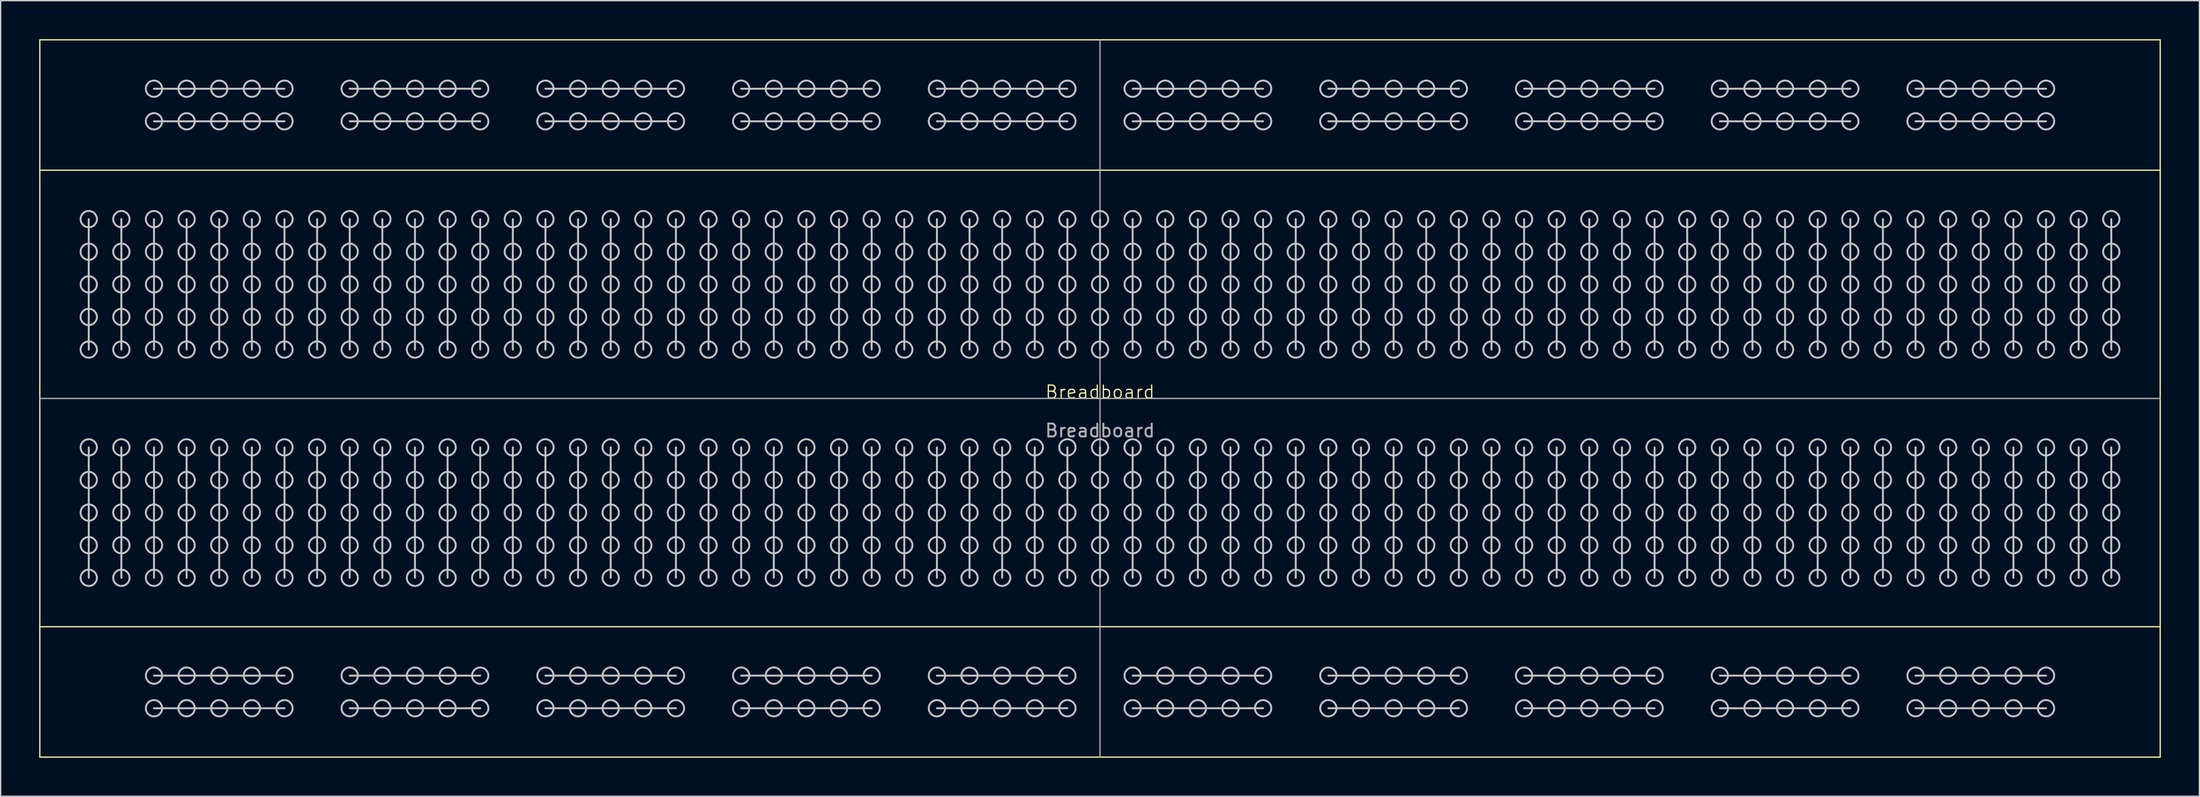
<source format=kicad_pcb>
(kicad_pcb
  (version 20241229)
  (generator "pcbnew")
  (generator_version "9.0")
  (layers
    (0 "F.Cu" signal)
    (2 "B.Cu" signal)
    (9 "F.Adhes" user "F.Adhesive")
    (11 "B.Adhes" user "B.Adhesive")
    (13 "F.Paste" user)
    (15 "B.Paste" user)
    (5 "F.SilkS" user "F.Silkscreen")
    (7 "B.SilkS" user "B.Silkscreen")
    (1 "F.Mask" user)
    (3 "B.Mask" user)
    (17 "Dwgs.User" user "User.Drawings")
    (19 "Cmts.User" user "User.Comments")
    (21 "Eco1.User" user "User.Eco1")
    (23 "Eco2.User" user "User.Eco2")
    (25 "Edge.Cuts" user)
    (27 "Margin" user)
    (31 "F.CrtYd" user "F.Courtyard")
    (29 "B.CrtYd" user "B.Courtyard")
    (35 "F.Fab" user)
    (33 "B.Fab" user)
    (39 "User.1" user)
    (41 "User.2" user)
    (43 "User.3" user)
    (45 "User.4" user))
  (footprint "Breadboard"
    (layer "F.Cu")
    (at 82.6 27.99)
    (property "Reference" "Breadboard" (at 0 -0.5 0) (unlocked yes) (layer "F.SilkS") (effects (font (size 1 1) (thickness 0.1))))
    (attr smd)
    (fp_line (start -82.55 17.78) (end 82.55 17.78) (stroke (width 0.1) (type default)) (layer "F.SilkS"))
    (fp_line (start 82.55 -17.78) (end -82.55 -17.78) (stroke (width 0.1) (type default)) (layer "F.SilkS"))
    (fp_rect (start -82.55 -27.94) (end 82.55 27.94) (stroke (width 0.1) (type default)) (fill no) (layer "F.SilkS"))
    (fp_line (start -78.74 -3.81) (end -78.74 -13.97) (stroke (width 0.15) (type default)) (layer "Dwgs.User"))
    (fp_line (start -78.74 13.97) (end -78.74 3.81) (stroke (width 0.15) (type default)) (layer "Dwgs.User"))
    (fp_line (start -76.2 -3.81) (end -76.2 -13.97) (stroke (width 0.15) (type default)) (layer "Dwgs.User"))
    (fp_line (start -76.2 13.97) (end -76.2 3.81) (stroke (width 0.15) (type default)) (layer "Dwgs.User"))
    (fp_line (start -73.66 -3.81) (end -73.66 -13.97) (stroke (width 0.15) (type default)) (layer "Dwgs.User"))
    (fp_line (start -73.66 13.97) (end -73.66 3.81) (stroke (width 0.15) (type default)) (layer "Dwgs.User"))
    (fp_line (start -71.12 -3.81) (end -71.12 -13.97) (stroke (width 0.15) (type default)) (layer "Dwgs.User"))
    (fp_line (start -71.12 13.97) (end -71.12 3.81) (stroke (width 0.15) (type default)) (layer "Dwgs.User"))
    (fp_line (start -68.58 -3.81) (end -68.58 -13.97) (stroke (width 0.15) (type default)) (layer "Dwgs.User"))
    (fp_line (start -68.58 13.97) (end -68.58 3.81) (stroke (width 0.15) (type default)) (layer "Dwgs.User"))
    (fp_line (start -66.04 -3.81) (end -66.04 -13.97) (stroke (width 0.15) (type default)) (layer "Dwgs.User"))
    (fp_line (start -66.04 13.97) (end -66.04 3.81) (stroke (width 0.15) (type default)) (layer "Dwgs.User"))
    (fp_line (start -63.5 -24.13) (end -73.66 -24.13) (stroke (width 0.15) (type default)) (layer "Dwgs.User"))
    (fp_line (start -63.5 -21.59) (end -73.66 -21.59) (stroke (width 0.15) (type default)) (layer "Dwgs.User"))
    (fp_line (start -63.5 -3.81) (end -63.5 -13.97) (stroke (width 0.15) (type default)) (layer "Dwgs.User"))
    (fp_line (start -63.5 13.97) (end -63.5 3.81) (stroke (width 0.15) (type default)) (layer "Dwgs.User"))
    (fp_line (start -63.5 21.59) (end -73.66 21.59) (stroke (width 0.15) (type default)) (layer "Dwgs.User"))
    (fp_line (start -63.5 24.13) (end -73.66 24.13) (stroke (width 0.15) (type default)) (layer "Dwgs.User"))
    (fp_line (start -60.96 -3.81) (end -60.96 -13.97) (stroke (width 0.15) (type default)) (layer "Dwgs.User"))
    (fp_line (start -60.96 13.97) (end -60.96 3.81) (stroke (width 0.15) (type default)) (layer "Dwgs.User"))
    (fp_line (start -58.42 -3.81) (end -58.42 -13.97) (stroke (width 0.15) (type default)) (layer "Dwgs.User"))
    (fp_line (start -58.42 13.97) (end -58.42 3.81) (stroke (width 0.15) (type default)) (layer "Dwgs.User"))
    (fp_line (start -55.88 -3.81) (end -55.88 -13.97) (stroke (width 0.15) (type default)) (layer "Dwgs.User"))
    (fp_line (start -55.88 13.97) (end -55.88 3.81) (stroke (width 0.15) (type default)) (layer "Dwgs.User"))
    (fp_line (start -53.34 -3.81) (end -53.34 -13.97) (stroke (width 0.15) (type default)) (layer "Dwgs.User"))
    (fp_line (start -53.34 13.97) (end -53.34 3.81) (stroke (width 0.15) (type default)) (layer "Dwgs.User"))
    (fp_line (start -50.8 -3.81) (end -50.8 -13.97) (stroke (width 0.15) (type default)) (layer "Dwgs.User"))
    (fp_line (start -50.8 13.97) (end -50.8 3.81) (stroke (width 0.15) (type default)) (layer "Dwgs.User"))
    (fp_line (start -48.26 -24.13) (end -58.42 -24.13) (stroke (width 0.15) (type default)) (layer "Dwgs.User"))
    (fp_line (start -48.26 -21.59) (end -58.42 -21.59) (stroke (width 0.15) (type default)) (layer "Dwgs.User"))
    (fp_line (start -48.26 -3.81) (end -48.26 -13.97) (stroke (width 0.15) (type default)) (layer "Dwgs.User"))
    (fp_line (start -48.26 13.97) (end -48.26 3.81) (stroke (width 0.15) (type default)) (layer "Dwgs.User"))
    (fp_line (start -48.26 21.59) (end -58.42 21.59) (stroke (width 0.15) (type default)) (layer "Dwgs.User"))
    (fp_line (start -48.26 24.13) (end -58.42 24.13) (stroke (width 0.15) (type default)) (layer "Dwgs.User"))
    (fp_line (start -45.72 -3.81) (end -45.72 -13.97) (stroke (width 0.15) (type default)) (layer "Dwgs.User"))
    (fp_line (start -45.72 13.97) (end -45.72 3.81) (stroke (width 0.15) (type default)) (layer "Dwgs.User"))
    (fp_line (start -43.18 -3.81) (end -43.18 -13.97) (stroke (width 0.15) (type default)) (layer "Dwgs.User"))
    (fp_line (start -43.18 13.97) (end -43.18 3.81) (stroke (width 0.15) (type default)) (layer "Dwgs.User"))
    (fp_line (start -40.64 -3.81) (end -40.64 -13.97) (stroke (width 0.15) (type default)) (layer "Dwgs.User"))
    (fp_line (start -40.64 13.97) (end -40.64 3.81) (stroke (width 0.15) (type default)) (layer "Dwgs.User"))
    (fp_line (start -38.1 -3.81) (end -38.1 -13.97) (stroke (width 0.15) (type default)) (layer "Dwgs.User"))
    (fp_line (start -38.1 13.97) (end -38.1 3.81) (stroke (width 0.15) (type default)) (layer "Dwgs.User"))
    (fp_line (start -35.56 -3.81) (end -35.56 -13.97) (stroke (width 0.15) (type default)) (layer "Dwgs.User"))
    (fp_line (start -35.56 13.97) (end -35.56 3.81) (stroke (width 0.15) (type default)) (layer "Dwgs.User"))
    (fp_line (start -33.02 -24.13) (end -43.18 -24.13) (stroke (width 0.15) (type default)) (layer "Dwgs.User"))
    (fp_line (start -33.02 -21.59) (end -43.18 -21.59) (stroke (width 0.15) (type default)) (layer "Dwgs.User"))
    (fp_line (start -33.02 -3.81) (end -33.02 -13.97) (stroke (width 0.15) (type default)) (layer "Dwgs.User"))
    (fp_line (start -33.02 13.97) (end -33.02 3.81) (stroke (width 0.15) (type default)) (layer "Dwgs.User"))
    (fp_line (start -33.02 21.59) (end -43.18 21.59) (stroke (width 0.15) (type default)) (layer "Dwgs.User"))
    (fp_line (start -33.02 24.13) (end -43.18 24.13) (stroke (width 0.15) (type default)) (layer "Dwgs.User"))
    (fp_line (start -30.48 -3.81) (end -30.48 -13.97) (stroke (width 0.15) (type default)) (layer "Dwgs.User"))
    (fp_line (start -30.48 13.97) (end -30.48 3.81) (stroke (width 0.15) (type default)) (layer "Dwgs.User"))
    (fp_line (start -27.94 -3.81) (end -27.94 -13.97) (stroke (width 0.15) (type default)) (layer "Dwgs.User"))
    (fp_line (start -27.94 13.97) (end -27.94 3.81) (stroke (width 0.15) (type default)) (layer "Dwgs.User"))
    (fp_line (start -25.4 -3.81) (end -25.4 -13.97) (stroke (width 0.15) (type default)) (layer "Dwgs.User"))
    (fp_line (start -25.4 13.97) (end -25.4 3.81) (stroke (width 0.15) (type default)) (layer "Dwgs.User"))
    (fp_line (start -22.86 -3.81) (end -22.86 -13.97) (stroke (width 0.15) (type default)) (layer "Dwgs.User"))
    (fp_line (start -22.86 13.97) (end -22.86 3.81) (stroke (width 0.15) (type default)) (layer "Dwgs.User"))
    (fp_line (start -20.32 -3.81) (end -20.32 -13.97) (stroke (width 0.15) (type default)) (layer "Dwgs.User"))
    (fp_line (start -20.32 13.97) (end -20.32 3.81) (stroke (width 0.15) (type default)) (layer "Dwgs.User"))
    (fp_line (start -17.78 -24.13) (end -27.94 -24.13) (stroke (width 0.15) (type default)) (layer "Dwgs.User"))
    (fp_line (start -17.78 -21.59) (end -27.94 -21.59) (stroke (width 0.15) (type default)) (layer "Dwgs.User"))
    (fp_line (start -17.78 -3.81) (end -17.78 -13.97) (stroke (width 0.15) (type default)) (layer "Dwgs.User"))
    (fp_line (start -17.78 13.97) (end -17.78 3.81) (stroke (width 0.15) (type default)) (layer "Dwgs.User"))
    (fp_line (start -17.78 21.59) (end -27.94 21.59) (stroke (width 0.15) (type default)) (layer "Dwgs.User"))
    (fp_line (start -17.78 24.13) (end -27.94 24.13) (stroke (width 0.15) (type default)) (layer "Dwgs.User"))
    (fp_line (start -15.24 -3.81) (end -15.24 -13.97) (stroke (width 0.15) (type default)) (layer "Dwgs.User"))
    (fp_line (start -15.24 13.97) (end -15.24 3.81) (stroke (width 0.15) (type default)) (layer "Dwgs.User"))
    (fp_line (start -12.7 -3.81) (end -12.7 -13.97) (stroke (width 0.15) (type default)) (layer "Dwgs.User"))
    (fp_line (start -12.7 13.97) (end -12.7 3.81) (stroke (width 0.15) (type default)) (layer "Dwgs.User"))
    (fp_line (start -10.16 -3.81) (end -10.16 -13.97) (stroke (width 0.15) (type default)) (layer "Dwgs.User"))
    (fp_line (start -10.16 13.97) (end -10.16 3.81) (stroke (width 0.15) (type default)) (layer "Dwgs.User"))
    (fp_line (start -7.62 -3.81) (end -7.62 -13.97) (stroke (width 0.15) (type default)) (layer "Dwgs.User"))
    (fp_line (start -7.62 13.97) (end -7.62 3.81) (stroke (width 0.15) (type default)) (layer "Dwgs.User"))
    (fp_line (start -5.08 -3.81) (end -5.08 -13.97) (stroke (width 0.15) (type default)) (layer "Dwgs.User"))
    (fp_line (start -5.08 13.97) (end -5.08 3.81) (stroke (width 0.15) (type default)) (layer "Dwgs.User"))
    (fp_line (start -2.54 -24.13) (end -12.7 -24.13) (stroke (width 0.15) (type default)) (layer "Dwgs.User"))
    (fp_line (start -2.54 -21.59) (end -12.7 -21.59) (stroke (width 0.15) (type default)) (layer "Dwgs.User"))
    (fp_line (start -2.54 -3.81) (end -2.54 -13.97) (stroke (width 0.15) (type default)) (layer "Dwgs.User"))
    (fp_line (start -2.54 13.97) (end -2.54 3.81) (stroke (width 0.15) (type default)) (layer "Dwgs.User"))
    (fp_line (start -2.54 21.59) (end -12.7 21.59) (stroke (width 0.15) (type default)) (layer "Dwgs.User"))
    (fp_line (start -2.54 24.13) (end -12.7 24.13) (stroke (width 0.15) (type default)) (layer "Dwgs.User"))
    (fp_line (start 0 -3.81) (end 0 -13.97) (stroke (width 0.15) (type default)) (layer "Dwgs.User"))
    (fp_line (start 0 13.97) (end 0 3.81) (stroke (width 0.15) (type default)) (layer "Dwgs.User"))
    (fp_line (start 2.54 -3.81) (end 2.54 -13.97) (stroke (width 0.15) (type default)) (layer "Dwgs.User"))
    (fp_line (start 2.54 13.97) (end 2.54 3.81) (stroke (width 0.15) (type default)) (layer "Dwgs.User"))
    (fp_line (start 5.08 -3.81) (end 5.08 -13.97) (stroke (width 0.15) (type default)) (layer "Dwgs.User"))
    (fp_line (start 5.08 13.97) (end 5.08 3.81) (stroke (width 0.15) (type default)) (layer "Dwgs.User"))
    (fp_line (start 7.62 -3.81) (end 7.62 -13.97) (stroke (width 0.15) (type default)) (layer "Dwgs.User"))
    (fp_line (start 7.62 13.97) (end 7.62 3.81) (stroke (width 0.15) (type default)) (layer "Dwgs.User"))
    (fp_line (start 10.16 -3.81) (end 10.16 -13.97) (stroke (width 0.15) (type default)) (layer "Dwgs.User"))
    (fp_line (start 10.16 13.97) (end 10.16 3.81) (stroke (width 0.15) (type default)) (layer "Dwgs.User"))
    (fp_line (start 12.7 -24.13) (end 2.54 -24.13) (stroke (width 0.15) (type default)) (layer "Dwgs.User"))
    (fp_line (start 12.7 -21.59) (end 2.54 -21.59) (stroke (width 0.15) (type default)) (layer "Dwgs.User"))
    (fp_line (start 12.7 -3.81) (end 12.7 -13.97) (stroke (width 0.15) (type default)) (layer "Dwgs.User"))
    (fp_line (start 12.7 13.97) (end 12.7 3.81) (stroke (width 0.15) (type default)) (layer "Dwgs.User"))
    (fp_line (start 12.7 21.59) (end 2.54 21.59) (stroke (width 0.15) (type default)) (layer "Dwgs.User"))
    (fp_line (start 12.7 24.13) (end 2.54 24.13) (stroke (width 0.15) (type default)) (layer "Dwgs.User"))
    (fp_line (start 15.24 -3.81) (end 15.24 -13.97) (stroke (width 0.15) (type default)) (layer "Dwgs.User"))
    (fp_line (start 15.24 13.97) (end 15.24 3.81) (stroke (width 0.15) (type default)) (layer "Dwgs.User"))
    (fp_line (start 17.78 -3.81) (end 17.78 -13.97) (stroke (width 0.15) (type default)) (layer "Dwgs.User"))
    (fp_line (start 17.78 13.97) (end 17.78 3.81) (stroke (width 0.15) (type default)) (layer "Dwgs.User"))
    (fp_line (start 20.32 -3.81) (end 20.32 -13.97) (stroke (width 0.15) (type default)) (layer "Dwgs.User"))
    (fp_line (start 20.32 13.97) (end 20.32 3.81) (stroke (width 0.15) (type default)) (layer "Dwgs.User"))
    (fp_line (start 22.86 -3.81) (end 22.86 -13.97) (stroke (width 0.15) (type default)) (layer "Dwgs.User"))
    (fp_line (start 22.86 13.97) (end 22.86 3.81) (stroke (width 0.15) (type default)) (layer "Dwgs.User"))
    (fp_line (start 25.4 -3.81) (end 25.4 -13.97) (stroke (width 0.15) (type default)) (layer "Dwgs.User"))
    (fp_line (start 25.4 13.97) (end 25.4 3.81) (stroke (width 0.15) (type default)) (layer "Dwgs.User"))
    (fp_line (start 27.94 -24.13) (end 17.78 -24.13) (stroke (width 0.15) (type default)) (layer "Dwgs.User"))
    (fp_line (start 27.94 -21.59) (end 17.78 -21.59) (stroke (width 0.15) (type default)) (layer "Dwgs.User"))
    (fp_line (start 27.94 -3.81) (end 27.94 -13.97) (stroke (width 0.15) (type default)) (layer "Dwgs.User"))
    (fp_line (start 27.94 13.97) (end 27.94 3.81) (stroke (width 0.15) (type default)) (layer "Dwgs.User"))
    (fp_line (start 27.94 21.59) (end 17.78 21.59) (stroke (width 0.15) (type default)) (layer "Dwgs.User"))
    (fp_line (start 27.94 24.13) (end 17.78 24.13) (stroke (width 0.15) (type default)) (layer "Dwgs.User"))
    (fp_line (start 30.48 -3.81) (end 30.48 -13.97) (stroke (width 0.15) (type default)) (layer "Dwgs.User"))
    (fp_line (start 30.48 13.97) (end 30.48 3.81) (stroke (width 0.15) (type default)) (layer "Dwgs.User"))
    (fp_line (start 33.02 -3.81) (end 33.02 -13.97) (stroke (width 0.15) (type default)) (layer "Dwgs.User"))
    (fp_line (start 33.02 13.97) (end 33.02 3.81) (stroke (width 0.15) (type default)) (layer "Dwgs.User"))
    (fp_line (start 35.56 -3.81) (end 35.56 -13.97) (stroke (width 0.15) (type default)) (layer "Dwgs.User"))
    (fp_line (start 35.56 13.97) (end 35.56 3.81) (stroke (width 0.15) (type default)) (layer "Dwgs.User"))
    (fp_line (start 38.1 -3.81) (end 38.1 -13.97) (stroke (width 0.15) (type default)) (layer "Dwgs.User"))
    (fp_line (start 38.1 13.97) (end 38.1 3.81) (stroke (width 0.15) (type default)) (layer "Dwgs.User"))
    (fp_line (start 40.64 -3.81) (end 40.64 -13.97) (stroke (width 0.15) (type default)) (layer "Dwgs.User"))
    (fp_line (start 40.64 13.97) (end 40.64 3.81) (stroke (width 0.15) (type default)) (layer "Dwgs.User"))
    (fp_line (start 43.18 -24.13) (end 33.02 -24.13) (stroke (width 0.15) (type default)) (layer "Dwgs.User"))
    (fp_line (start 43.18 -21.59) (end 33.02 -21.59) (stroke (width 0.15) (type default)) (layer "Dwgs.User"))
    (fp_line (start 43.18 -3.81) (end 43.18 -13.97) (stroke (width 0.15) (type default)) (layer "Dwgs.User"))
    (fp_line (start 43.18 13.97) (end 43.18 3.81) (stroke (width 0.15) (type default)) (layer "Dwgs.User"))
    (fp_line (start 43.18 21.59) (end 33.02 21.59) (stroke (width 0.15) (type default)) (layer "Dwgs.User"))
    (fp_line (start 43.18 24.13) (end 33.02 24.13) (stroke (width 0.15) (type default)) (layer "Dwgs.User"))
    (fp_line (start 45.72 -3.81) (end 45.72 -13.97) (stroke (width 0.15) (type default)) (layer "Dwgs.User"))
    (fp_line (start 45.72 13.97) (end 45.72 3.81) (stroke (width 0.15) (type default)) (layer "Dwgs.User"))
    (fp_line (start 48.26 -3.81) (end 48.26 -13.97) (stroke (width 0.15) (type default)) (layer "Dwgs.User"))
    (fp_line (start 48.26 13.97) (end 48.26 3.81) (stroke (width 0.15) (type default)) (layer "Dwgs.User"))
    (fp_line (start 50.8 -3.81) (end 50.8 -13.97) (stroke (width 0.15) (type default)) (layer "Dwgs.User"))
    (fp_line (start 50.8 13.97) (end 50.8 3.81) (stroke (width 0.15) (type default)) (layer "Dwgs.User"))
    (fp_line (start 53.34 -3.81) (end 53.34 -13.97) (stroke (width 0.15) (type default)) (layer "Dwgs.User"))
    (fp_line (start 53.34 13.97) (end 53.34 3.81) (stroke (width 0.15) (type default)) (layer "Dwgs.User"))
    (fp_line (start 55.88 -3.81) (end 55.88 -13.97) (stroke (width 0.15) (type default)) (layer "Dwgs.User"))
    (fp_line (start 55.88 13.97) (end 55.88 3.81) (stroke (width 0.15) (type default)) (layer "Dwgs.User"))
    (fp_line (start 58.42 -24.13) (end 48.26 -24.13) (stroke (width 0.15) (type default)) (layer "Dwgs.User"))
    (fp_line (start 58.42 -21.59) (end 48.26 -21.59) (stroke (width 0.15) (type default)) (layer "Dwgs.User"))
    (fp_line (start 58.42 -3.81) (end 58.42 -13.97) (stroke (width 0.15) (type default)) (layer "Dwgs.User"))
    (fp_line (start 58.42 13.97) (end 58.42 3.81) (stroke (width 0.15) (type default)) (layer "Dwgs.User"))
    (fp_line (start 58.42 21.59) (end 48.26 21.59) (stroke (width 0.15) (type default)) (layer "Dwgs.User"))
    (fp_line (start 58.42 24.13) (end 48.26 24.13) (stroke (width 0.15) (type default)) (layer "Dwgs.User"))
    (fp_line (start 60.96 -3.81) (end 60.96 -13.97) (stroke (width 0.15) (type default)) (layer "Dwgs.User"))
    (fp_line (start 60.96 13.97) (end 60.96 3.81) (stroke (width 0.15) (type default)) (layer "Dwgs.User"))
    (fp_line (start 63.5 -3.81) (end 63.5 -13.97) (stroke (width 0.15) (type default)) (layer "Dwgs.User"))
    (fp_line (start 63.5 13.97) (end 63.5 3.81) (stroke (width 0.15) (type default)) (layer "Dwgs.User"))
    (fp_line (start 66.04 -3.81) (end 66.04 -13.97) (stroke (width 0.15) (type default)) (layer "Dwgs.User"))
    (fp_line (start 66.04 13.97) (end 66.04 3.81) (stroke (width 0.15) (type default)) (layer "Dwgs.User"))
    (fp_line (start 68.58 -3.81) (end 68.58 -13.97) (stroke (width 0.15) (type default)) (layer "Dwgs.User"))
    (fp_line (start 68.58 13.97) (end 68.58 3.81) (stroke (width 0.15) (type default)) (layer "Dwgs.User"))
    (fp_line (start 71.12 -3.81) (end 71.12 -13.97) (stroke (width 0.15) (type default)) (layer "Dwgs.User"))
    (fp_line (start 71.12 13.97) (end 71.12 3.81) (stroke (width 0.15) (type default)) (layer "Dwgs.User"))
    (fp_line (start 73.66 -24.13) (end 63.5 -24.13) (stroke (width 0.15) (type default)) (layer "Dwgs.User"))
    (fp_line (start 73.66 -21.59) (end 63.5 -21.59) (stroke (width 0.15) (type default)) (layer "Dwgs.User"))
    (fp_line (start 73.66 -3.81) (end 73.66 -13.97) (stroke (width 0.15) (type default)) (layer "Dwgs.User"))
    (fp_line (start 73.66 13.97) (end 73.66 3.81) (stroke (width 0.15) (type default)) (layer "Dwgs.User"))
    (fp_line (start 73.66 21.59) (end 63.5 21.59) (stroke (width 0.15) (type default)) (layer "Dwgs.User"))
    (fp_line (start 73.66 24.13) (end 63.5 24.13) (stroke (width 0.15) (type default)) (layer "Dwgs.User"))
    (fp_line (start 76.2 -3.81) (end 76.2 -13.97) (stroke (width 0.15) (type default)) (layer "Dwgs.User"))
    (fp_line (start 76.2 13.97) (end 76.2 3.81) (stroke (width 0.15) (type default)) (layer "Dwgs.User"))
    (fp_line (start 78.74 -3.81) (end 78.74 -13.97) (stroke (width 0.15) (type default)) (layer "Dwgs.User"))
    (fp_line (start 78.74 13.97) (end 78.74 3.81) (stroke (width 0.15) (type default)) (layer "Dwgs.User"))
    (fp_circle (center -78.74 -13.97) (end -78.105 -13.97) (stroke (width 0.15) (type default)) (fill no) (layer "Dwgs.User"))
    (fp_circle (center -78.74 -11.43) (end -78.105 -11.43) (stroke (width 0.15) (type default)) (fill no) (layer "Dwgs.User"))
    (fp_circle (center -78.74 -8.89) (end -78.105 -8.89) (stroke (width 0.15) (type default)) (fill no) (layer "Dwgs.User"))
    (fp_circle (center -78.74 -6.35) (end -78.105 -6.35) (stroke (width 0.15) (type default)) (fill no) (layer "Dwgs.User"))
    (fp_circle (center -78.74 -3.81) (end -78.105 -3.81) (stroke (width 0.15) (type default)) (fill no) (layer "Dwgs.User"))
    (fp_circle (center -78.74 3.81) (end -78.105 3.81) (stroke (width 0.15) (type default)) (fill no) (layer "Dwgs.User"))
    (fp_circle (center -78.74 6.35) (end -78.105 6.35) (stroke (width 0.15) (type default)) (fill no) (layer "Dwgs.User"))
    (fp_circle (center -78.74 8.89) (end -78.105 8.89) (stroke (width 0.15) (type default)) (fill no) (layer "Dwgs.User"))
    (fp_circle (center -78.74 11.43) (end -78.105 11.43) (stroke (width 0.15) (type default)) (fill no) (layer "Dwgs.User"))
    (fp_circle (center -78.74 13.97) (end -78.105 13.97) (stroke (width 0.15) (type default)) (fill no) (layer "Dwgs.User"))
    (fp_circle (center -76.2 -13.97) (end -75.565 -13.97) (stroke (width 0.15) (type default)) (fill no) (layer "Dwgs.User"))
    (fp_circle (center -76.2 -11.43) (end -75.565 -11.43) (stroke (width 0.15) (type default)) (fill no) (layer "Dwgs.User"))
    (fp_circle (center -76.2 -8.89) (end -75.565 -8.89) (stroke (width 0.15) (type default)) (fill no) (layer "Dwgs.User"))
    (fp_circle (center -76.2 -6.35) (end -75.565 -6.35) (stroke (width 0.15) (type default)) (fill no) (layer "Dwgs.User"))
    (fp_circle (center -76.2 -3.81) (end -75.565 -3.81) (stroke (width 0.15) (type default)) (fill no) (layer "Dwgs.User"))
    (fp_circle (center -76.2 3.81) (end -75.565 3.81) (stroke (width 0.15) (type default)) (fill no) (layer "Dwgs.User"))
    (fp_circle (center -76.2 6.35) (end -75.565 6.35) (stroke (width 0.15) (type default)) (fill no) (layer "Dwgs.User"))
    (fp_circle (center -76.2 8.89) (end -75.565 8.89) (stroke (width 0.15) (type default)) (fill no) (layer "Dwgs.User"))
    (fp_circle (center -76.2 11.43) (end -75.565 11.43) (stroke (width 0.15) (type default)) (fill no) (layer "Dwgs.User"))
    (fp_circle (center -76.2 13.97) (end -75.565 13.97) (stroke (width 0.15) (type default)) (fill no) (layer "Dwgs.User"))
    (fp_circle (center -73.66 -24.13) (end -73.025 -24.13) (stroke (width 0.15) (type default)) (fill no) (layer "Dwgs.User"))
    (fp_circle (center -73.66 -21.59) (end -73.025 -21.59) (stroke (width 0.15) (type default)) (fill no) (layer "Dwgs.User"))
    (fp_circle (center -73.66 -13.97) (end -73.025 -13.97) (stroke (width 0.15) (type default)) (fill no) (layer "Dwgs.User"))
    (fp_circle (center -73.66 -11.43) (end -73.025 -11.43) (stroke (width 0.15) (type default)) (fill no) (layer "Dwgs.User"))
    (fp_circle (center -73.66 -8.89) (end -73.025 -8.89) (stroke (width 0.15) (type default)) (fill no) (layer "Dwgs.User"))
    (fp_circle (center -73.66 -6.35) (end -73.025 -6.35) (stroke (width 0.15) (type default)) (fill no) (layer "Dwgs.User"))
    (fp_circle (center -73.66 -3.81) (end -73.025 -3.81) (stroke (width 0.15) (type default)) (fill no) (layer "Dwgs.User"))
    (fp_circle (center -73.66 3.81) (end -73.025 3.81) (stroke (width 0.15) (type default)) (fill no) (layer "Dwgs.User"))
    (fp_circle (center -73.66 6.35) (end -73.025 6.35) (stroke (width 0.15) (type default)) (fill no) (layer "Dwgs.User"))
    (fp_circle (center -73.66 8.89) (end -73.025 8.89) (stroke (width 0.15) (type default)) (fill no) (layer "Dwgs.User"))
    (fp_circle (center -73.66 11.43) (end -73.025 11.43) (stroke (width 0.15) (type default)) (fill no) (layer "Dwgs.User"))
    (fp_circle (center -73.66 13.97) (end -73.025 13.97) (stroke (width 0.15) (type default)) (fill no) (layer "Dwgs.User"))
    (fp_circle (center -73.66 21.59) (end -73.025 21.59) (stroke (width 0.15) (type default)) (fill no) (layer "Dwgs.User"))
    (fp_circle (center -73.66 24.13) (end -73.025 24.13) (stroke (width 0.15) (type default)) (fill no) (layer "Dwgs.User"))
    (fp_circle (center -71.12 -24.13) (end -70.485 -24.13) (stroke (width 0.15) (type default)) (fill no) (layer "Dwgs.User"))
    (fp_circle (center -71.12 -21.59) (end -70.485 -21.59) (stroke (width 0.15) (type default)) (fill no) (layer "Dwgs.User"))
    (fp_circle (center -71.12 -13.97) (end -70.485 -13.97) (stroke (width 0.15) (type default)) (fill no) (layer "Dwgs.User"))
    (fp_circle (center -71.12 -11.43) (end -70.485 -11.43) (stroke (width 0.15) (type default)) (fill no) (layer "Dwgs.User"))
    (fp_circle (center -71.12 -8.89) (end -70.485 -8.89) (stroke (width 0.15) (type default)) (fill no) (layer "Dwgs.User"))
    (fp_circle (center -71.12 -6.35) (end -70.485 -6.35) (stroke (width 0.15) (type default)) (fill no) (layer "Dwgs.User"))
    (fp_circle (center -71.12 -3.81) (end -70.485 -3.81) (stroke (width 0.15) (type default)) (fill no) (layer "Dwgs.User"))
    (fp_circle (center -71.12 3.81) (end -70.485 3.81) (stroke (width 0.15) (type default)) (fill no) (layer "Dwgs.User"))
    (fp_circle (center -71.12 6.35) (end -70.485 6.35) (stroke (width 0.15) (type default)) (fill no) (layer "Dwgs.User"))
    (fp_circle (center -71.12 8.89) (end -70.485 8.89) (stroke (width 0.15) (type default)) (fill no) (layer "Dwgs.User"))
    (fp_circle (center -71.12 11.43) (end -70.485 11.43) (stroke (width 0.15) (type default)) (fill no) (layer "Dwgs.User"))
    (fp_circle (center -71.12 13.97) (end -70.485 13.97) (stroke (width 0.15) (type default)) (fill no) (layer "Dwgs.User"))
    (fp_circle (center -71.12 21.59) (end -70.485 21.59) (stroke (width 0.15) (type default)) (fill no) (layer "Dwgs.User"))
    (fp_circle (center -71.12 24.13) (end -70.485 24.13) (stroke (width 0.15) (type default)) (fill no) (layer "Dwgs.User"))
    (fp_circle (center -68.58 -24.13) (end -67.945 -24.13) (stroke (width 0.15) (type default)) (fill no) (layer "Dwgs.User"))
    (fp_circle (center -68.58 -21.59) (end -67.945 -21.59) (stroke (width 0.15) (type default)) (fill no) (layer "Dwgs.User"))
    (fp_circle (center -68.58 -13.97) (end -67.945 -13.97) (stroke (width 0.15) (type default)) (fill no) (layer "Dwgs.User"))
    (fp_circle (center -68.58 -11.43) (end -67.945 -11.43) (stroke (width 0.15) (type default)) (fill no) (layer "Dwgs.User"))
    (fp_circle (center -68.58 -8.89) (end -67.945 -8.89) (stroke (width 0.15) (type default)) (fill no) (layer "Dwgs.User"))
    (fp_circle (center -68.58 -6.35) (end -67.945 -6.35) (stroke (width 0.15) (type default)) (fill no) (layer "Dwgs.User"))
    (fp_circle (center -68.58 -3.81) (end -67.945 -3.81) (stroke (width 0.15) (type default)) (fill no) (layer "Dwgs.User"))
    (fp_circle (center -68.58 3.81) (end -67.945 3.81) (stroke (width 0.15) (type default)) (fill no) (layer "Dwgs.User"))
    (fp_circle (center -68.58 6.35) (end -67.945 6.35) (stroke (width 0.15) (type default)) (fill no) (layer "Dwgs.User"))
    (fp_circle (center -68.58 8.89) (end -67.945 8.89) (stroke (width 0.15) (type default)) (fill no) (layer "Dwgs.User"))
    (fp_circle (center -68.58 11.43) (end -67.945 11.43) (stroke (width 0.15) (type default)) (fill no) (layer "Dwgs.User"))
    (fp_circle (center -68.58 13.97) (end -67.945 13.97) (stroke (width 0.15) (type default)) (fill no) (layer "Dwgs.User"))
    (fp_circle (center -68.58 21.59) (end -67.945 21.59) (stroke (width 0.15) (type default)) (fill no) (layer "Dwgs.User"))
    (fp_circle (center -68.58 24.13) (end -67.945 24.13) (stroke (width 0.15) (type default)) (fill no) (layer "Dwgs.User"))
    (fp_circle (center -66.04 -24.13) (end -65.405 -24.13) (stroke (width 0.15) (type default)) (fill no) (layer "Dwgs.User"))
    (fp_circle (center -66.04 -21.59) (end -65.405 -21.59) (stroke (width 0.15) (type default)) (fill no) (layer "Dwgs.User"))
    (fp_circle (center -66.04 -13.97) (end -65.405 -13.97) (stroke (width 0.15) (type default)) (fill no) (layer "Dwgs.User"))
    (fp_circle (center -66.04 -11.43) (end -65.405 -11.43) (stroke (width 0.15) (type default)) (fill no) (layer "Dwgs.User"))
    (fp_circle (center -66.04 -8.89) (end -65.405 -8.89) (stroke (width 0.15) (type default)) (fill no) (layer "Dwgs.User"))
    (fp_circle (center -66.04 -6.35) (end -65.405 -6.35) (stroke (width 0.15) (type default)) (fill no) (layer "Dwgs.User"))
    (fp_circle (center -66.04 -3.81) (end -65.405 -3.81) (stroke (width 0.15) (type default)) (fill no) (layer "Dwgs.User"))
    (fp_circle (center -66.04 3.81) (end -65.405 3.81) (stroke (width 0.15) (type default)) (fill no) (layer "Dwgs.User"))
    (fp_circle (center -66.04 6.35) (end -65.405 6.35) (stroke (width 0.15) (type default)) (fill no) (layer "Dwgs.User"))
    (fp_circle (center -66.04 8.89) (end -65.405 8.89) (stroke (width 0.15) (type default)) (fill no) (layer "Dwgs.User"))
    (fp_circle (center -66.04 11.43) (end -65.405 11.43) (stroke (width 0.15) (type default)) (fill no) (layer "Dwgs.User"))
    (fp_circle (center -66.04 13.97) (end -65.405 13.97) (stroke (width 0.15) (type default)) (fill no) (layer "Dwgs.User"))
    (fp_circle (center -66.04 21.59) (end -65.405 21.59) (stroke (width 0.15) (type default)) (fill no) (layer "Dwgs.User"))
    (fp_circle (center -66.04 24.13) (end -65.405 24.13) (stroke (width 0.15) (type default)) (fill no) (layer "Dwgs.User"))
    (fp_circle (center -63.5 -24.13) (end -62.865 -24.13) (stroke (width 0.15) (type default)) (fill no) (layer "Dwgs.User"))
    (fp_circle (center -63.5 -21.59) (end -62.865 -21.59) (stroke (width 0.15) (type default)) (fill no) (layer "Dwgs.User"))
    (fp_circle (center -63.5 -13.97) (end -62.865 -13.97) (stroke (width 0.15) (type default)) (fill no) (layer "Dwgs.User"))
    (fp_circle (center -63.5 -11.43) (end -62.865 -11.43) (stroke (width 0.15) (type default)) (fill no) (layer "Dwgs.User"))
    (fp_circle (center -63.5 -8.89) (end -62.865 -8.89) (stroke (width 0.15) (type default)) (fill no) (layer "Dwgs.User"))
    (fp_circle (center -63.5 -6.35) (end -62.865 -6.35) (stroke (width 0.15) (type default)) (fill no) (layer "Dwgs.User"))
    (fp_circle (center -63.5 -3.81) (end -62.865 -3.81) (stroke (width 0.15) (type default)) (fill no) (layer "Dwgs.User"))
    (fp_circle (center -63.5 3.81) (end -62.865 3.81) (stroke (width 0.15) (type default)) (fill no) (layer "Dwgs.User"))
    (fp_circle (center -63.5 6.35) (end -62.865 6.35) (stroke (width 0.15) (type default)) (fill no) (layer "Dwgs.User"))
    (fp_circle (center -63.5 8.89) (end -62.865 8.89) (stroke (width 0.15) (type default)) (fill no) (layer "Dwgs.User"))
    (fp_circle (center -63.5 11.43) (end -62.865 11.43) (stroke (width 0.15) (type default)) (fill no) (layer "Dwgs.User"))
    (fp_circle (center -63.5 13.97) (end -62.865 13.97) (stroke (width 0.15) (type default)) (fill no) (layer "Dwgs.User"))
    (fp_circle (center -63.5 21.59) (end -62.865 21.59) (stroke (width 0.15) (type default)) (fill no) (layer "Dwgs.User"))
    (fp_circle (center -63.5 24.13) (end -62.865 24.13) (stroke (width 0.15) (type default)) (fill no) (layer "Dwgs.User"))
    (fp_circle (center -60.96 -13.97) (end -60.325 -13.97) (stroke (width 0.15) (type default)) (fill no) (layer "Dwgs.User"))
    (fp_circle (center -60.96 -11.43) (end -60.325 -11.43) (stroke (width 0.15) (type default)) (fill no) (layer "Dwgs.User"))
    (fp_circle (center -60.96 -8.89) (end -60.325 -8.89) (stroke (width 0.15) (type default)) (fill no) (layer "Dwgs.User"))
    (fp_circle (center -60.96 -6.35) (end -60.325 -6.35) (stroke (width 0.15) (type default)) (fill no) (layer "Dwgs.User"))
    (fp_circle (center -60.96 -3.81) (end -60.325 -3.81) (stroke (width 0.15) (type default)) (fill no) (layer "Dwgs.User"))
    (fp_circle (center -60.96 3.81) (end -60.325 3.81) (stroke (width 0.15) (type default)) (fill no) (layer "Dwgs.User"))
    (fp_circle (center -60.96 6.35) (end -60.325 6.35) (stroke (width 0.15) (type default)) (fill no) (layer "Dwgs.User"))
    (fp_circle (center -60.96 8.89) (end -60.325 8.89) (stroke (width 0.15) (type default)) (fill no) (layer "Dwgs.User"))
    (fp_circle (center -60.96 11.43) (end -60.325 11.43) (stroke (width 0.15) (type default)) (fill no) (layer "Dwgs.User"))
    (fp_circle (center -60.96 13.97) (end -60.325 13.97) (stroke (width 0.15) (type default)) (fill no) (layer "Dwgs.User"))
    (fp_circle (center -58.42 -24.13) (end -57.785 -24.13) (stroke (width 0.15) (type default)) (fill no) (layer "Dwgs.User"))
    (fp_circle (center -58.42 -21.59) (end -57.785 -21.59) (stroke (width 0.15) (type default)) (fill no) (layer "Dwgs.User"))
    (fp_circle (center -58.42 -13.97) (end -57.785 -13.97) (stroke (width 0.15) (type default)) (fill no) (layer "Dwgs.User"))
    (fp_circle (center -58.42 -11.43) (end -57.785 -11.43) (stroke (width 0.15) (type default)) (fill no) (layer "Dwgs.User"))
    (fp_circle (center -58.42 -8.89) (end -57.785 -8.89) (stroke (width 0.15) (type default)) (fill no) (layer "Dwgs.User"))
    (fp_circle (center -58.42 -6.35) (end -57.785 -6.35) (stroke (width 0.15) (type default)) (fill no) (layer "Dwgs.User"))
    (fp_circle (center -58.42 -3.81) (end -57.785 -3.81) (stroke (width 0.15) (type default)) (fill no) (layer "Dwgs.User"))
    (fp_circle (center -58.42 3.81) (end -57.785 3.81) (stroke (width 0.15) (type default)) (fill no) (layer "Dwgs.User"))
    (fp_circle (center -58.42 6.35) (end -57.785 6.35) (stroke (width 0.15) (type default)) (fill no) (layer "Dwgs.User"))
    (fp_circle (center -58.42 8.89) (end -57.785 8.89) (stroke (width 0.15) (type default)) (fill no) (layer "Dwgs.User"))
    (fp_circle (center -58.42 11.43) (end -57.785 11.43) (stroke (width 0.15) (type default)) (fill no) (layer "Dwgs.User"))
    (fp_circle (center -58.42 13.97) (end -57.785 13.97) (stroke (width 0.15) (type default)) (fill no) (layer "Dwgs.User"))
    (fp_circle (center -58.42 21.59) (end -57.785 21.59) (stroke (width 0.15) (type default)) (fill no) (layer "Dwgs.User"))
    (fp_circle (center -58.42 24.13) (end -57.785 24.13) (stroke (width 0.15) (type default)) (fill no) (layer "Dwgs.User"))
    (fp_circle (center -55.88 -24.13) (end -55.245 -24.13) (stroke (width 0.15) (type default)) (fill no) (layer "Dwgs.User"))
    (fp_circle (center -55.88 -21.59) (end -55.245 -21.59) (stroke (width 0.15) (type default)) (fill no) (layer "Dwgs.User"))
    (fp_circle (center -55.88 -13.97) (end -55.245 -13.97) (stroke (width 0.15) (type default)) (fill no) (layer "Dwgs.User"))
    (fp_circle (center -55.88 -11.43) (end -55.245 -11.43) (stroke (width 0.15) (type default)) (fill no) (layer "Dwgs.User"))
    (fp_circle (center -55.88 -8.89) (end -55.245 -8.89) (stroke (width 0.15) (type default)) (fill no) (layer "Dwgs.User"))
    (fp_circle (center -55.88 -6.35) (end -55.245 -6.35) (stroke (width 0.15) (type default)) (fill no) (layer "Dwgs.User"))
    (fp_circle (center -55.88 -3.81) (end -55.245 -3.81) (stroke (width 0.15) (type default)) (fill no) (layer "Dwgs.User"))
    (fp_circle (center -55.88 3.81) (end -55.245 3.81) (stroke (width 0.15) (type default)) (fill no) (layer "Dwgs.User"))
    (fp_circle (center -55.88 6.35) (end -55.245 6.35) (stroke (width 0.15) (type default)) (fill no) (layer "Dwgs.User"))
    (fp_circle (center -55.88 8.89) (end -55.245 8.89) (stroke (width 0.15) (type default)) (fill no) (layer "Dwgs.User"))
    (fp_circle (center -55.88 11.43) (end -55.245 11.43) (stroke (width 0.15) (type default)) (fill no) (layer "Dwgs.User"))
    (fp_circle (center -55.88 13.97) (end -55.245 13.97) (stroke (width 0.15) (type default)) (fill no) (layer "Dwgs.User"))
    (fp_circle (center -55.88 21.59) (end -55.245 21.59) (stroke (width 0.15) (type default)) (fill no) (layer "Dwgs.User"))
    (fp_circle (center -55.88 24.13) (end -55.245 24.13) (stroke (width 0.15) (type default)) (fill no) (layer "Dwgs.User"))
    (fp_circle (center -53.34 -24.13) (end -52.705 -24.13) (stroke (width 0.15) (type default)) (fill no) (layer "Dwgs.User"))
    (fp_circle (center -53.34 -21.59) (end -52.705 -21.59) (stroke (width 0.15) (type default)) (fill no) (layer "Dwgs.User"))
    (fp_circle (center -53.34 -13.97) (end -52.705 -13.97) (stroke (width 0.15) (type default)) (fill no) (layer "Dwgs.User"))
    (fp_circle (center -53.34 -11.43) (end -52.705 -11.43) (stroke (width 0.15) (type default)) (fill no) (layer "Dwgs.User"))
    (fp_circle (center -53.34 -8.89) (end -52.705 -8.89) (stroke (width 0.15) (type default)) (fill no) (layer "Dwgs.User"))
    (fp_circle (center -53.34 -6.35) (end -52.705 -6.35) (stroke (width 0.15) (type default)) (fill no) (layer "Dwgs.User"))
    (fp_circle (center -53.34 -3.81) (end -52.705 -3.81) (stroke (width 0.15) (type default)) (fill no) (layer "Dwgs.User"))
    (fp_circle (center -53.34 3.81) (end -52.705 3.81) (stroke (width 0.15) (type default)) (fill no) (layer "Dwgs.User"))
    (fp_circle (center -53.34 6.35) (end -52.705 6.35) (stroke (width 0.15) (type default)) (fill no) (layer "Dwgs.User"))
    (fp_circle (center -53.34 8.89) (end -52.705 8.89) (stroke (width 0.15) (type default)) (fill no) (layer "Dwgs.User"))
    (fp_circle (center -53.34 11.43) (end -52.705 11.43) (stroke (width 0.15) (type default)) (fill no) (layer "Dwgs.User"))
    (fp_circle (center -53.34 13.97) (end -52.705 13.97) (stroke (width 0.15) (type default)) (fill no) (layer "Dwgs.User"))
    (fp_circle (center -53.34 21.59) (end -52.705 21.59) (stroke (width 0.15) (type default)) (fill no) (layer "Dwgs.User"))
    (fp_circle (center -53.34 24.13) (end -52.705 24.13) (stroke (width 0.15) (type default)) (fill no) (layer "Dwgs.User"))
    (fp_circle (center -50.8 -24.13) (end -50.165 -24.13) (stroke (width 0.15) (type default)) (fill no) (layer "Dwgs.User"))
    (fp_circle (center -50.8 -21.59) (end -50.165 -21.59) (stroke (width 0.15) (type default)) (fill no) (layer "Dwgs.User"))
    (fp_circle (center -50.8 -13.97) (end -50.165 -13.97) (stroke (width 0.15) (type default)) (fill no) (layer "Dwgs.User"))
    (fp_circle (center -50.8 -11.43) (end -50.165 -11.43) (stroke (width 0.15) (type default)) (fill no) (layer "Dwgs.User"))
    (fp_circle (center -50.8 -8.89) (end -50.165 -8.89) (stroke (width 0.15) (type default)) (fill no) (layer "Dwgs.User"))
    (fp_circle (center -50.8 -6.35) (end -50.165 -6.35) (stroke (width 0.15) (type default)) (fill no) (layer "Dwgs.User"))
    (fp_circle (center -50.8 -3.81) (end -50.165 -3.81) (stroke (width 0.15) (type default)) (fill no) (layer "Dwgs.User"))
    (fp_circle (center -50.8 3.81) (end -50.165 3.81) (stroke (width 0.15) (type default)) (fill no) (layer "Dwgs.User"))
    (fp_circle (center -50.8 6.35) (end -50.165 6.35) (stroke (width 0.15) (type default)) (fill no) (layer "Dwgs.User"))
    (fp_circle (center -50.8 8.89) (end -50.165 8.89) (stroke (width 0.15) (type default)) (fill no) (layer "Dwgs.User"))
    (fp_circle (center -50.8 11.43) (end -50.165 11.43) (stroke (width 0.15) (type default)) (fill no) (layer "Dwgs.User"))
    (fp_circle (center -50.8 13.97) (end -50.165 13.97) (stroke (width 0.15) (type default)) (fill no) (layer "Dwgs.User"))
    (fp_circle (center -50.8 21.59) (end -50.165 21.59) (stroke (width 0.15) (type default)) (fill no) (layer "Dwgs.User"))
    (fp_circle (center -50.8 24.13) (end -50.165 24.13) (stroke (width 0.15) (type default)) (fill no) (layer "Dwgs.User"))
    (fp_circle (center -48.26 -24.13) (end -47.625 -24.13) (stroke (width 0.15) (type default)) (fill no) (layer "Dwgs.User"))
    (fp_circle (center -48.26 -21.59) (end -47.625 -21.59) (stroke (width 0.15) (type default)) (fill no) (layer "Dwgs.User"))
    (fp_circle (center -48.26 -13.97) (end -47.625 -13.97) (stroke (width 0.15) (type default)) (fill no) (layer "Dwgs.User"))
    (fp_circle (center -48.26 -11.43) (end -47.625 -11.43) (stroke (width 0.15) (type default)) (fill no) (layer "Dwgs.User"))
    (fp_circle (center -48.26 -8.89) (end -47.625 -8.89) (stroke (width 0.15) (type default)) (fill no) (layer "Dwgs.User"))
    (fp_circle (center -48.26 -6.35) (end -47.625 -6.35) (stroke (width 0.15) (type default)) (fill no) (layer "Dwgs.User"))
    (fp_circle (center -48.26 -3.81) (end -47.625 -3.81) (stroke (width 0.15) (type default)) (fill no) (layer "Dwgs.User"))
    (fp_circle (center -48.26 3.81) (end -47.625 3.81) (stroke (width 0.15) (type default)) (fill no) (layer "Dwgs.User"))
    (fp_circle (center -48.26 6.35) (end -47.625 6.35) (stroke (width 0.15) (type default)) (fill no) (layer "Dwgs.User"))
    (fp_circle (center -48.26 8.89) (end -47.625 8.89) (stroke (width 0.15) (type default)) (fill no) (layer "Dwgs.User"))
    (fp_circle (center -48.26 11.43) (end -47.625 11.43) (stroke (width 0.15) (type default)) (fill no) (layer "Dwgs.User"))
    (fp_circle (center -48.26 13.97) (end -47.625 13.97) (stroke (width 0.15) (type default)) (fill no) (layer "Dwgs.User"))
    (fp_circle (center -48.26 21.59) (end -47.625 21.59) (stroke (width 0.15) (type default)) (fill no) (layer "Dwgs.User"))
    (fp_circle (center -48.26 24.13) (end -47.625 24.13) (stroke (width 0.15) (type default)) (fill no) (layer "Dwgs.User"))
    (fp_circle (center -45.72 -13.97) (end -45.085 -13.97) (stroke (width 0.15) (type default)) (fill no) (layer "Dwgs.User"))
    (fp_circle (center -45.72 -11.43) (end -45.085 -11.43) (stroke (width 0.15) (type default)) (fill no) (layer "Dwgs.User"))
    (fp_circle (center -45.72 -8.89) (end -45.085 -8.89) (stroke (width 0.15) (type default)) (fill no) (layer "Dwgs.User"))
    (fp_circle (center -45.72 -6.35) (end -45.085 -6.35) (stroke (width 0.15) (type default)) (fill no) (layer "Dwgs.User"))
    (fp_circle (center -45.72 -3.81) (end -45.085 -3.81) (stroke (width 0.15) (type default)) (fill no) (layer "Dwgs.User"))
    (fp_circle (center -45.72 3.81) (end -45.085 3.81) (stroke (width 0.15) (type default)) (fill no) (layer "Dwgs.User"))
    (fp_circle (center -45.72 6.35) (end -45.085 6.35) (stroke (width 0.15) (type default)) (fill no) (layer "Dwgs.User"))
    (fp_circle (center -45.72 8.89) (end -45.085 8.89) (stroke (width 0.15) (type default)) (fill no) (layer "Dwgs.User"))
    (fp_circle (center -45.72 11.43) (end -45.085 11.43) (stroke (width 0.15) (type default)) (fill no) (layer "Dwgs.User"))
    (fp_circle (center -45.72 13.97) (end -45.085 13.97) (stroke (width 0.15) (type default)) (fill no) (layer "Dwgs.User"))
    (fp_circle (center -43.18 -24.13) (end -42.545 -24.13) (stroke (width 0.15) (type default)) (fill no) (layer "Dwgs.User"))
    (fp_circle (center -43.18 -21.59) (end -42.545 -21.59) (stroke (width 0.15) (type default)) (fill no) (layer "Dwgs.User"))
    (fp_circle (center -43.18 -13.97) (end -42.545 -13.97) (stroke (width 0.15) (type default)) (fill no) (layer "Dwgs.User"))
    (fp_circle (center -43.18 -11.43) (end -42.545 -11.43) (stroke (width 0.15) (type default)) (fill no) (layer "Dwgs.User"))
    (fp_circle (center -43.18 -8.89) (end -42.545 -8.89) (stroke (width 0.15) (type default)) (fill no) (layer "Dwgs.User"))
    (fp_circle (center -43.18 -6.35) (end -42.545 -6.35) (stroke (width 0.15) (type default)) (fill no) (layer "Dwgs.User"))
    (fp_circle (center -43.18 -3.81) (end -42.545 -3.81) (stroke (width 0.15) (type default)) (fill no) (layer "Dwgs.User"))
    (fp_circle (center -43.18 3.81) (end -42.545 3.81) (stroke (width 0.15) (type default)) (fill no) (layer "Dwgs.User"))
    (fp_circle (center -43.18 6.35) (end -42.545 6.35) (stroke (width 0.15) (type default)) (fill no) (layer "Dwgs.User"))
    (fp_circle (center -43.18 8.89) (end -42.545 8.89) (stroke (width 0.15) (type default)) (fill no) (layer "Dwgs.User"))
    (fp_circle (center -43.18 11.43) (end -42.545 11.43) (stroke (width 0.15) (type default)) (fill no) (layer "Dwgs.User"))
    (fp_circle (center -43.18 13.97) (end -42.545 13.97) (stroke (width 0.15) (type default)) (fill no) (layer "Dwgs.User"))
    (fp_circle (center -43.18 21.59) (end -42.545 21.59) (stroke (width 0.15) (type default)) (fill no) (layer "Dwgs.User"))
    (fp_circle (center -43.18 24.13) (end -42.545 24.13) (stroke (width 0.15) (type default)) (fill no) (layer "Dwgs.User"))
    (fp_circle (center -40.64 -24.13) (end -40.005 -24.13) (stroke (width 0.15) (type default)) (fill no) (layer "Dwgs.User"))
    (fp_circle (center -40.64 -21.59) (end -40.005 -21.59) (stroke (width 0.15) (type default)) (fill no) (layer "Dwgs.User"))
    (fp_circle (center -40.64 -13.97) (end -40.005 -13.97) (stroke (width 0.15) (type default)) (fill no) (layer "Dwgs.User"))
    (fp_circle (center -40.64 -11.43) (end -40.005 -11.43) (stroke (width 0.15) (type default)) (fill no) (layer "Dwgs.User"))
    (fp_circle (center -40.64 -8.89) (end -40.005 -8.89) (stroke (width 0.15) (type default)) (fill no) (layer "Dwgs.User"))
    (fp_circle (center -40.64 -6.35) (end -40.005 -6.35) (stroke (width 0.15) (type default)) (fill no) (layer "Dwgs.User"))
    (fp_circle (center -40.64 -3.81) (end -40.005 -3.81) (stroke (width 0.15) (type default)) (fill no) (layer "Dwgs.User"))
    (fp_circle (center -40.64 3.81) (end -40.005 3.81) (stroke (width 0.15) (type default)) (fill no) (layer "Dwgs.User"))
    (fp_circle (center -40.64 6.35) (end -40.005 6.35) (stroke (width 0.15) (type default)) (fill no) (layer "Dwgs.User"))
    (fp_circle (center -40.64 8.89) (end -40.005 8.89) (stroke (width 0.15) (type default)) (fill no) (layer "Dwgs.User"))
    (fp_circle (center -40.64 11.43) (end -40.005 11.43) (stroke (width 0.15) (type default)) (fill no) (layer "Dwgs.User"))
    (fp_circle (center -40.64 13.97) (end -40.005 13.97) (stroke (width 0.15) (type default)) (fill no) (layer "Dwgs.User"))
    (fp_circle (center -40.64 21.59) (end -40.005 21.59) (stroke (width 0.15) (type default)) (fill no) (layer "Dwgs.User"))
    (fp_circle (center -40.64 24.13) (end -40.005 24.13) (stroke (width 0.15) (type default)) (fill no) (layer "Dwgs.User"))
    (fp_circle (center -38.1 -24.13) (end -37.465 -24.13) (stroke (width 0.15) (type default)) (fill no) (layer "Dwgs.User"))
    (fp_circle (center -38.1 -21.59) (end -37.465 -21.59) (stroke (width 0.15) (type default)) (fill no) (layer "Dwgs.User"))
    (fp_circle (center -38.1 -13.97) (end -37.465 -13.97) (stroke (width 0.15) (type default)) (fill no) (layer "Dwgs.User"))
    (fp_circle (center -38.1 -11.43) (end -37.465 -11.43) (stroke (width 0.15) (type default)) (fill no) (layer "Dwgs.User"))
    (fp_circle (center -38.1 -8.89) (end -37.465 -8.89) (stroke (width 0.15) (type default)) (fill no) (layer "Dwgs.User"))
    (fp_circle (center -38.1 -6.35) (end -37.465 -6.35) (stroke (width 0.15) (type default)) (fill no) (layer "Dwgs.User"))
    (fp_circle (center -38.1 -3.81) (end -37.465 -3.81) (stroke (width 0.15) (type default)) (fill no) (layer "Dwgs.User"))
    (fp_circle (center -38.1 3.81) (end -37.465 3.81) (stroke (width 0.15) (type default)) (fill no) (layer "Dwgs.User"))
    (fp_circle (center -38.1 6.35) (end -37.465 6.35) (stroke (width 0.15) (type default)) (fill no) (layer "Dwgs.User"))
    (fp_circle (center -38.1 8.89) (end -37.465 8.89) (stroke (width 0.15) (type default)) (fill no) (layer "Dwgs.User"))
    (fp_circle (center -38.1 11.43) (end -37.465 11.43) (stroke (width 0.15) (type default)) (fill no) (layer "Dwgs.User"))
    (fp_circle (center -38.1 13.97) (end -37.465 13.97) (stroke (width 0.15) (type default)) (fill no) (layer "Dwgs.User"))
    (fp_circle (center -38.1 21.59) (end -37.465 21.59) (stroke (width 0.15) (type default)) (fill no) (layer "Dwgs.User"))
    (fp_circle (center -38.1 24.13) (end -37.465 24.13) (stroke (width 0.15) (type default)) (fill no) (layer "Dwgs.User"))
    (fp_circle (center -35.56 -24.13) (end -34.925 -24.13) (stroke (width 0.15) (type default)) (fill no) (layer "Dwgs.User"))
    (fp_circle (center -35.56 -21.59) (end -34.925 -21.59) (stroke (width 0.15) (type default)) (fill no) (layer "Dwgs.User"))
    (fp_circle (center -35.56 -13.97) (end -34.925 -13.97) (stroke (width 0.15) (type default)) (fill no) (layer "Dwgs.User"))
    (fp_circle (center -35.56 -11.43) (end -34.925 -11.43) (stroke (width 0.15) (type default)) (fill no) (layer "Dwgs.User"))
    (fp_circle (center -35.56 -8.89) (end -34.925 -8.89) (stroke (width 0.15) (type default)) (fill no) (layer "Dwgs.User"))
    (fp_circle (center -35.56 -6.35) (end -34.925 -6.35) (stroke (width 0.15) (type default)) (fill no) (layer "Dwgs.User"))
    (fp_circle (center -35.56 -3.81) (end -34.925 -3.81) (stroke (width 0.15) (type default)) (fill no) (layer "Dwgs.User"))
    (fp_circle (center -35.56 3.81) (end -34.925 3.81) (stroke (width 0.15) (type default)) (fill no) (layer "Dwgs.User"))
    (fp_circle (center -35.56 6.35) (end -34.925 6.35) (stroke (width 0.15) (type default)) (fill no) (layer "Dwgs.User"))
    (fp_circle (center -35.56 8.89) (end -34.925 8.89) (stroke (width 0.15) (type default)) (fill no) (layer "Dwgs.User"))
    (fp_circle (center -35.56 11.43) (end -34.925 11.43) (stroke (width 0.15) (type default)) (fill no) (layer "Dwgs.User"))
    (fp_circle (center -35.56 13.97) (end -34.925 13.97) (stroke (width 0.15) (type default)) (fill no) (layer "Dwgs.User"))
    (fp_circle (center -35.56 21.59) (end -34.925 21.59) (stroke (width 0.15) (type default)) (fill no) (layer "Dwgs.User"))
    (fp_circle (center -35.56 24.13) (end -34.925 24.13) (stroke (width 0.15) (type default)) (fill no) (layer "Dwgs.User"))
    (fp_circle (center -33.02 -24.13) (end -32.385 -24.13) (stroke (width 0.15) (type default)) (fill no) (layer "Dwgs.User"))
    (fp_circle (center -33.02 -21.59) (end -32.385 -21.59) (stroke (width 0.15) (type default)) (fill no) (layer "Dwgs.User"))
    (fp_circle (center -33.02 -13.97) (end -32.385 -13.97) (stroke (width 0.15) (type default)) (fill no) (layer "Dwgs.User"))
    (fp_circle (center -33.02 -11.43) (end -32.385 -11.43) (stroke (width 0.15) (type default)) (fill no) (layer "Dwgs.User"))
    (fp_circle (center -33.02 -8.89) (end -32.385 -8.89) (stroke (width 0.15) (type default)) (fill no) (layer "Dwgs.User"))
    (fp_circle (center -33.02 -6.35) (end -32.385 -6.35) (stroke (width 0.15) (type default)) (fill no) (layer "Dwgs.User"))
    (fp_circle (center -33.02 -3.81) (end -32.385 -3.81) (stroke (width 0.15) (type default)) (fill no) (layer "Dwgs.User"))
    (fp_circle (center -33.02 3.81) (end -32.385 3.81) (stroke (width 0.15) (type default)) (fill no) (layer "Dwgs.User"))
    (fp_circle (center -33.02 6.35) (end -32.385 6.35) (stroke (width 0.15) (type default)) (fill no) (layer "Dwgs.User"))
    (fp_circle (center -33.02 8.89) (end -32.385 8.89) (stroke (width 0.15) (type default)) (fill no) (layer "Dwgs.User"))
    (fp_circle (center -33.02 11.43) (end -32.385 11.43) (stroke (width 0.15) (type default)) (fill no) (layer "Dwgs.User"))
    (fp_circle (center -33.02 13.97) (end -32.385 13.97) (stroke (width 0.15) (type default)) (fill no) (layer "Dwgs.User"))
    (fp_circle (center -33.02 21.59) (end -32.385 21.59) (stroke (width 0.15) (type default)) (fill no) (layer "Dwgs.User"))
    (fp_circle (center -33.02 24.13) (end -32.385 24.13) (stroke (width 0.15) (type default)) (fill no) (layer "Dwgs.User"))
    (fp_circle (center -30.48 -13.97) (end -29.845 -13.97) (stroke (width 0.15) (type default)) (fill no) (layer "Dwgs.User"))
    (fp_circle (center -30.48 -11.43) (end -29.845 -11.43) (stroke (width 0.15) (type default)) (fill no) (layer "Dwgs.User"))
    (fp_circle (center -30.48 -8.89) (end -29.845 -8.89) (stroke (width 0.15) (type default)) (fill no) (layer "Dwgs.User"))
    (fp_circle (center -30.48 -6.35) (end -29.845 -6.35) (stroke (width 0.15) (type default)) (fill no) (layer "Dwgs.User"))
    (fp_circle (center -30.48 -3.81) (end -29.845 -3.81) (stroke (width 0.15) (type default)) (fill no) (layer "Dwgs.User"))
    (fp_circle (center -30.48 3.81) (end -29.845 3.81) (stroke (width 0.15) (type default)) (fill no) (layer "Dwgs.User"))
    (fp_circle (center -30.48 6.35) (end -29.845 6.35) (stroke (width 0.15) (type default)) (fill no) (layer "Dwgs.User"))
    (fp_circle (center -30.48 8.89) (end -29.845 8.89) (stroke (width 0.15) (type default)) (fill no) (layer "Dwgs.User"))
    (fp_circle (center -30.48 11.43) (end -29.845 11.43) (stroke (width 0.15) (type default)) (fill no) (layer "Dwgs.User"))
    (fp_circle (center -30.48 13.97) (end -29.845 13.97) (stroke (width 0.15) (type default)) (fill no) (layer "Dwgs.User"))
    (fp_circle (center -27.94 -24.13) (end -27.305 -24.13) (stroke (width 0.15) (type default)) (fill no) (layer "Dwgs.User"))
    (fp_circle (center -27.94 -21.59) (end -27.305 -21.59) (stroke (width 0.15) (type default)) (fill no) (layer "Dwgs.User"))
    (fp_circle (center -27.94 -13.97) (end -27.305 -13.97) (stroke (width 0.15) (type default)) (fill no) (layer "Dwgs.User"))
    (fp_circle (center -27.94 -11.43) (end -27.305 -11.43) (stroke (width 0.15) (type default)) (fill no) (layer "Dwgs.User"))
    (fp_circle (center -27.94 -8.89) (end -27.305 -8.89) (stroke (width 0.15) (type default)) (fill no) (layer "Dwgs.User"))
    (fp_circle (center -27.94 -6.35) (end -27.305 -6.35) (stroke (width 0.15) (type default)) (fill no) (layer "Dwgs.User"))
    (fp_circle (center -27.94 -3.81) (end -27.305 -3.81) (stroke (width 0.15) (type default)) (fill no) (layer "Dwgs.User"))
    (fp_circle (center -27.94 3.81) (end -27.305 3.81) (stroke (width 0.15) (type default)) (fill no) (layer "Dwgs.User"))
    (fp_circle (center -27.94 6.35) (end -27.305 6.35) (stroke (width 0.15) (type default)) (fill no) (layer "Dwgs.User"))
    (fp_circle (center -27.94 8.89) (end -27.305 8.89) (stroke (width 0.15) (type default)) (fill no) (layer "Dwgs.User"))
    (fp_circle (center -27.94 11.43) (end -27.305 11.43) (stroke (width 0.15) (type default)) (fill no) (layer "Dwgs.User"))
    (fp_circle (center -27.94 13.97) (end -27.305 13.97) (stroke (width 0.15) (type default)) (fill no) (layer "Dwgs.User"))
    (fp_circle (center -27.94 21.59) (end -27.305 21.59) (stroke (width 0.15) (type default)) (fill no) (layer "Dwgs.User"))
    (fp_circle (center -27.94 24.13) (end -27.305 24.13) (stroke (width 0.15) (type default)) (fill no) (layer "Dwgs.User"))
    (fp_circle (center -25.4 -24.13) (end -24.765 -24.13) (stroke (width 0.15) (type default)) (fill no) (layer "Dwgs.User"))
    (fp_circle (center -25.4 -21.59) (end -24.765 -21.59) (stroke (width 0.15) (type default)) (fill no) (layer "Dwgs.User"))
    (fp_circle (center -25.4 -13.97) (end -24.765 -13.97) (stroke (width 0.15) (type default)) (fill no) (layer "Dwgs.User"))
    (fp_circle (center -25.4 -11.43) (end -24.765 -11.43) (stroke (width 0.15) (type default)) (fill no) (layer "Dwgs.User"))
    (fp_circle (center -25.4 -8.89) (end -24.765 -8.89) (stroke (width 0.15) (type default)) (fill no) (layer "Dwgs.User"))
    (fp_circle (center -25.4 -6.35) (end -24.765 -6.35) (stroke (width 0.15) (type default)) (fill no) (layer "Dwgs.User"))
    (fp_circle (center -25.4 -3.81) (end -24.765 -3.81) (stroke (width 0.15) (type default)) (fill no) (layer "Dwgs.User"))
    (fp_circle (center -25.4 3.81) (end -24.765 3.81) (stroke (width 0.15) (type default)) (fill no) (layer "Dwgs.User"))
    (fp_circle (center -25.4 6.35) (end -24.765 6.35) (stroke (width 0.15) (type default)) (fill no) (layer "Dwgs.User"))
    (fp_circle (center -25.4 8.89) (end -24.765 8.89) (stroke (width 0.15) (type default)) (fill no) (layer "Dwgs.User"))
    (fp_circle (center -25.4 11.43) (end -24.765 11.43) (stroke (width 0.15) (type default)) (fill no) (layer "Dwgs.User"))
    (fp_circle (center -25.4 13.97) (end -24.765 13.97) (stroke (width 0.15) (type default)) (fill no) (layer "Dwgs.User"))
    (fp_circle (center -25.4 21.59) (end -24.765 21.59) (stroke (width 0.15) (type default)) (fill no) (layer "Dwgs.User"))
    (fp_circle (center -25.4 24.13) (end -24.765 24.13) (stroke (width 0.15) (type default)) (fill no) (layer "Dwgs.User"))
    (fp_circle (center -22.86 -24.13) (end -22.225 -24.13) (stroke (width 0.15) (type default)) (fill no) (layer "Dwgs.User"))
    (fp_circle (center -22.86 -21.59) (end -22.225 -21.59) (stroke (width 0.15) (type default)) (fill no) (layer "Dwgs.User"))
    (fp_circle (center -22.86 -13.97) (end -22.225 -13.97) (stroke (width 0.15) (type default)) (fill no) (layer "Dwgs.User"))
    (fp_circle (center -22.86 -11.43) (end -22.225 -11.43) (stroke (width 0.15) (type default)) (fill no) (layer "Dwgs.User"))
    (fp_circle (center -22.86 -8.89) (end -22.225 -8.89) (stroke (width 0.15) (type default)) (fill no) (layer "Dwgs.User"))
    (fp_circle (center -22.86 -6.35) (end -22.225 -6.35) (stroke (width 0.15) (type default)) (fill no) (layer "Dwgs.User"))
    (fp_circle (center -22.86 -3.81) (end -22.225 -3.81) (stroke (width 0.15) (type default)) (fill no) (layer "Dwgs.User"))
    (fp_circle (center -22.86 3.81) (end -22.225 3.81) (stroke (width 0.15) (type default)) (fill no) (layer "Dwgs.User"))
    (fp_circle (center -22.86 6.35) (end -22.225 6.35) (stroke (width 0.15) (type default)) (fill no) (layer "Dwgs.User"))
    (fp_circle (center -22.86 8.89) (end -22.225 8.89) (stroke (width 0.15) (type default)) (fill no) (layer "Dwgs.User"))
    (fp_circle (center -22.86 11.43) (end -22.225 11.43) (stroke (width 0.15) (type default)) (fill no) (layer "Dwgs.User"))
    (fp_circle (center -22.86 13.97) (end -22.225 13.97) (stroke (width 0.15) (type default)) (fill no) (layer "Dwgs.User"))
    (fp_circle (center -22.86 21.59) (end -22.225 21.59) (stroke (width 0.15) (type default)) (fill no) (layer "Dwgs.User"))
    (fp_circle (center -22.86 24.13) (end -22.225 24.13) (stroke (width 0.15) (type default)) (fill no) (layer "Dwgs.User"))
    (fp_circle (center -20.32 -24.13) (end -19.685 -24.13) (stroke (width 0.15) (type default)) (fill no) (layer "Dwgs.User"))
    (fp_circle (center -20.32 -21.59) (end -19.685 -21.59) (stroke (width 0.15) (type default)) (fill no) (layer "Dwgs.User"))
    (fp_circle (center -20.32 -13.97) (end -19.685 -13.97) (stroke (width 0.15) (type default)) (fill no) (layer "Dwgs.User"))
    (fp_circle (center -20.32 -11.43) (end -19.685 -11.43) (stroke (width 0.15) (type default)) (fill no) (layer "Dwgs.User"))
    (fp_circle (center -20.32 -8.89) (end -19.685 -8.89) (stroke (width 0.15) (type default)) (fill no) (layer "Dwgs.User"))
    (fp_circle (center -20.32 -6.35) (end -19.685 -6.35) (stroke (width 0.15) (type default)) (fill no) (layer "Dwgs.User"))
    (fp_circle (center -20.32 -3.81) (end -19.685 -3.81) (stroke (width 0.15) (type default)) (fill no) (layer "Dwgs.User"))
    (fp_circle (center -20.32 3.81) (end -19.685 3.81) (stroke (width 0.15) (type default)) (fill no) (layer "Dwgs.User"))
    (fp_circle (center -20.32 6.35) (end -19.685 6.35) (stroke (width 0.15) (type default)) (fill no) (layer "Dwgs.User"))
    (fp_circle (center -20.32 8.89) (end -19.685 8.89) (stroke (width 0.15) (type default)) (fill no) (layer "Dwgs.User"))
    (fp_circle (center -20.32 11.43) (end -19.685 11.43) (stroke (width 0.15) (type default)) (fill no) (layer "Dwgs.User"))
    (fp_circle (center -20.32 13.97) (end -19.685 13.97) (stroke (width 0.15) (type default)) (fill no) (layer "Dwgs.User"))
    (fp_circle (center -20.32 21.59) (end -19.685 21.59) (stroke (width 0.15) (type default)) (fill no) (layer "Dwgs.User"))
    (fp_circle (center -20.32 24.13) (end -19.685 24.13) (stroke (width 0.15) (type default)) (fill no) (layer "Dwgs.User"))
    (fp_circle (center -17.78 -24.13) (end -17.145 -24.13) (stroke (width 0.15) (type default)) (fill no) (layer "Dwgs.User"))
    (fp_circle (center -17.78 -21.59) (end -17.145 -21.59) (stroke (width 0.15) (type default)) (fill no) (layer "Dwgs.User"))
    (fp_circle (center -17.78 -13.97) (end -17.145 -13.97) (stroke (width 0.15) (type default)) (fill no) (layer "Dwgs.User"))
    (fp_circle (center -17.78 -11.43) (end -17.145 -11.43) (stroke (width 0.15) (type default)) (fill no) (layer "Dwgs.User"))
    (fp_circle (center -17.78 -8.89) (end -17.145 -8.89) (stroke (width 0.15) (type default)) (fill no) (layer "Dwgs.User"))
    (fp_circle (center -17.78 -6.35) (end -17.145 -6.35) (stroke (width 0.15) (type default)) (fill no) (layer "Dwgs.User"))
    (fp_circle (center -17.78 -3.81) (end -17.145 -3.81) (stroke (width 0.15) (type default)) (fill no) (layer "Dwgs.User"))
    (fp_circle (center -17.78 3.81) (end -17.145 3.81) (stroke (width 0.15) (type default)) (fill no) (layer "Dwgs.User"))
    (fp_circle (center -17.78 6.35) (end -17.145 6.35) (stroke (width 0.15) (type default)) (fill no) (layer "Dwgs.User"))
    (fp_circle (center -17.78 8.89) (end -17.145 8.89) (stroke (width 0.15) (type default)) (fill no) (layer "Dwgs.User"))
    (fp_circle (center -17.78 11.43) (end -17.145 11.43) (stroke (width 0.15) (type default)) (fill no) (layer "Dwgs.User"))
    (fp_circle (center -17.78 13.97) (end -17.145 13.97) (stroke (width 0.15) (type default)) (fill no) (layer "Dwgs.User"))
    (fp_circle (center -17.78 21.59) (end -17.145 21.59) (stroke (width 0.15) (type default)) (fill no) (layer "Dwgs.User"))
    (fp_circle (center -17.78 24.13) (end -17.145 24.13) (stroke (width 0.15) (type default)) (fill no) (layer "Dwgs.User"))
    (fp_circle (center -15.24 -13.97) (end -14.605 -13.97) (stroke (width 0.15) (type default)) (fill no) (layer "Dwgs.User"))
    (fp_circle (center -15.24 -11.43) (end -14.605 -11.43) (stroke (width 0.15) (type default)) (fill no) (layer "Dwgs.User"))
    (fp_circle (center -15.24 -8.89) (end -14.605 -8.89) (stroke (width 0.15) (type default)) (fill no) (layer "Dwgs.User"))
    (fp_circle (center -15.24 -6.35) (end -14.605 -6.35) (stroke (width 0.15) (type default)) (fill no) (layer "Dwgs.User"))
    (fp_circle (center -15.24 -3.81) (end -14.605 -3.81) (stroke (width 0.15) (type default)) (fill no) (layer "Dwgs.User"))
    (fp_circle (center -15.24 3.81) (end -14.605 3.81) (stroke (width 0.15) (type default)) (fill no) (layer "Dwgs.User"))
    (fp_circle (center -15.24 6.35) (end -14.605 6.35) (stroke (width 0.15) (type default)) (fill no) (layer "Dwgs.User"))
    (fp_circle (center -15.24 8.89) (end -14.605 8.89) (stroke (width 0.15) (type default)) (fill no) (layer "Dwgs.User"))
    (fp_circle (center -15.24 11.43) (end -14.605 11.43) (stroke (width 0.15) (type default)) (fill no) (layer "Dwgs.User"))
    (fp_circle (center -15.24 13.97) (end -14.605 13.97) (stroke (width 0.15) (type default)) (fill no) (layer "Dwgs.User"))
    (fp_circle (center -12.7 -24.13) (end -12.065 -24.13) (stroke (width 0.15) (type default)) (fill no) (layer "Dwgs.User"))
    (fp_circle (center -12.7 -21.59) (end -12.065 -21.59) (stroke (width 0.15) (type default)) (fill no) (layer "Dwgs.User"))
    (fp_circle (center -12.7 -13.97) (end -12.065 -13.97) (stroke (width 0.15) (type default)) (fill no) (layer "Dwgs.User"))
    (fp_circle (center -12.7 -11.43) (end -12.065 -11.43) (stroke (width 0.15) (type default)) (fill no) (layer "Dwgs.User"))
    (fp_circle (center -12.7 -8.89) (end -12.065 -8.89) (stroke (width 0.15) (type default)) (fill no) (layer "Dwgs.User"))
    (fp_circle (center -12.7 -6.35) (end -12.065 -6.35) (stroke (width 0.15) (type default)) (fill no) (layer "Dwgs.User"))
    (fp_circle (center -12.7 -3.81) (end -12.065 -3.81) (stroke (width 0.15) (type default)) (fill no) (layer "Dwgs.User"))
    (fp_circle (center -12.7 3.81) (end -12.065 3.81) (stroke (width 0.15) (type default)) (fill no) (layer "Dwgs.User"))
    (fp_circle (center -12.7 6.35) (end -12.065 6.35) (stroke (width 0.15) (type default)) (fill no) (layer "Dwgs.User"))
    (fp_circle (center -12.7 8.89) (end -12.065 8.89) (stroke (width 0.15) (type default)) (fill no) (layer "Dwgs.User"))
    (fp_circle (center -12.7 11.43) (end -12.065 11.43) (stroke (width 0.15) (type default)) (fill no) (layer "Dwgs.User"))
    (fp_circle (center -12.7 13.97) (end -12.065 13.97) (stroke (width 0.15) (type default)) (fill no) (layer "Dwgs.User"))
    (fp_circle (center -12.7 21.59) (end -12.065 21.59) (stroke (width 0.15) (type default)) (fill no) (layer "Dwgs.User"))
    (fp_circle (center -12.7 24.13) (end -12.065 24.13) (stroke (width 0.15) (type default)) (fill no) (layer "Dwgs.User"))
    (fp_circle (center -10.16 -24.13) (end -9.525 -24.13) (stroke (width 0.15) (type default)) (fill no) (layer "Dwgs.User"))
    (fp_circle (center -10.16 -21.59) (end -9.525 -21.59) (stroke (width 0.15) (type default)) (fill no) (layer "Dwgs.User"))
    (fp_circle (center -10.16 -13.97) (end -9.525 -13.97) (stroke (width 0.15) (type default)) (fill no) (layer "Dwgs.User"))
    (fp_circle (center -10.16 -11.43) (end -9.525 -11.43) (stroke (width 0.15) (type default)) (fill no) (layer "Dwgs.User"))
    (fp_circle (center -10.16 -8.89) (end -9.525 -8.89) (stroke (width 0.15) (type default)) (fill no) (layer "Dwgs.User"))
    (fp_circle (center -10.16 -6.35) (end -9.525 -6.35) (stroke (width 0.15) (type default)) (fill no) (layer "Dwgs.User"))
    (fp_circle (center -10.16 -3.81) (end -9.525 -3.81) (stroke (width 0.15) (type default)) (fill no) (layer "Dwgs.User"))
    (fp_circle (center -10.16 3.81) (end -9.525 3.81) (stroke (width 0.15) (type default)) (fill no) (layer "Dwgs.User"))
    (fp_circle (center -10.16 6.35) (end -9.525 6.35) (stroke (width 0.15) (type default)) (fill no) (layer "Dwgs.User"))
    (fp_circle (center -10.16 8.89) (end -9.525 8.89) (stroke (width 0.15) (type default)) (fill no) (layer "Dwgs.User"))
    (fp_circle (center -10.16 11.43) (end -9.525 11.43) (stroke (width 0.15) (type default)) (fill no) (layer "Dwgs.User"))
    (fp_circle (center -10.16 13.97) (end -9.525 13.97) (stroke (width 0.15) (type default)) (fill no) (layer "Dwgs.User"))
    (fp_circle (center -10.16 21.59) (end -9.525 21.59) (stroke (width 0.15) (type default)) (fill no) (layer "Dwgs.User"))
    (fp_circle (center -10.16 24.13) (end -9.525 24.13) (stroke (width 0.15) (type default)) (fill no) (layer "Dwgs.User"))
    (fp_circle (center -7.62 -24.13) (end -6.985 -24.13) (stroke (width 0.15) (type default)) (fill no) (layer "Dwgs.User"))
    (fp_circle (center -7.62 -21.59) (end -6.985 -21.59) (stroke (width 0.15) (type default)) (fill no) (layer "Dwgs.User"))
    (fp_circle (center -7.62 -13.97) (end -6.985 -13.97) (stroke (width 0.15) (type default)) (fill no) (layer "Dwgs.User"))
    (fp_circle (center -7.62 -11.43) (end -6.985 -11.43) (stroke (width 0.15) (type default)) (fill no) (layer "Dwgs.User"))
    (fp_circle (center -7.62 -8.89) (end -6.985 -8.89) (stroke (width 0.15) (type default)) (fill no) (layer "Dwgs.User"))
    (fp_circle (center -7.62 -6.35) (end -6.985 -6.35) (stroke (width 0.15) (type default)) (fill no) (layer "Dwgs.User"))
    (fp_circle (center -7.62 -3.81) (end -6.985 -3.81) (stroke (width 0.15) (type default)) (fill no) (layer "Dwgs.User"))
    (fp_circle (center -7.62 3.81) (end -6.985 3.81) (stroke (width 0.15) (type default)) (fill no) (layer "Dwgs.User"))
    (fp_circle (center -7.62 6.35) (end -6.985 6.35) (stroke (width 0.15) (type default)) (fill no) (layer "Dwgs.User"))
    (fp_circle (center -7.62 8.89) (end -6.985 8.89) (stroke (width 0.15) (type default)) (fill no) (layer "Dwgs.User"))
    (fp_circle (center -7.62 11.43) (end -6.985 11.43) (stroke (width 0.15) (type default)) (fill no) (layer "Dwgs.User"))
    (fp_circle (center -7.62 13.97) (end -6.985 13.97) (stroke (width 0.15) (type default)) (fill no) (layer "Dwgs.User"))
    (fp_circle (center -7.62 21.59) (end -6.985 21.59) (stroke (width 0.15) (type default)) (fill no) (layer "Dwgs.User"))
    (fp_circle (center -7.62 24.13) (end -6.985 24.13) (stroke (width 0.15) (type default)) (fill no) (layer "Dwgs.User"))
    (fp_circle (center -5.08 -24.13) (end -4.445 -24.13) (stroke (width 0.15) (type default)) (fill no) (layer "Dwgs.User"))
    (fp_circle (center -5.08 -21.59) (end -4.445 -21.59) (stroke (width 0.15) (type default)) (fill no) (layer "Dwgs.User"))
    (fp_circle (center -5.08 -13.97) (end -4.445 -13.97) (stroke (width 0.15) (type default)) (fill no) (layer "Dwgs.User"))
    (fp_circle (center -5.08 -11.43) (end -4.445 -11.43) (stroke (width 0.15) (type default)) (fill no) (layer "Dwgs.User"))
    (fp_circle (center -5.08 -8.89) (end -4.445 -8.89) (stroke (width 0.15) (type default)) (fill no) (layer "Dwgs.User"))
    (fp_circle (center -5.08 -6.35) (end -4.445 -6.35) (stroke (width 0.15) (type default)) (fill no) (layer "Dwgs.User"))
    (fp_circle (center -5.08 -3.81) (end -4.445 -3.81) (stroke (width 0.15) (type default)) (fill no) (layer "Dwgs.User"))
    (fp_circle (center -5.08 3.81) (end -4.445 3.81) (stroke (width 0.15) (type default)) (fill no) (layer "Dwgs.User"))
    (fp_circle (center -5.08 6.35) (end -4.445 6.35) (stroke (width 0.15) (type default)) (fill no) (layer "Dwgs.User"))
    (fp_circle (center -5.08 8.89) (end -4.445 8.89) (stroke (width 0.15) (type default)) (fill no) (layer "Dwgs.User"))
    (fp_circle (center -5.08 11.43) (end -4.445 11.43) (stroke (width 0.15) (type default)) (fill no) (layer "Dwgs.User"))
    (fp_circle (center -5.08 13.97) (end -4.445 13.97) (stroke (width 0.15) (type default)) (fill no) (layer "Dwgs.User"))
    (fp_circle (center -5.08 21.59) (end -4.445 21.59) (stroke (width 0.15) (type default)) (fill no) (layer "Dwgs.User"))
    (fp_circle (center -5.08 24.13) (end -4.445 24.13) (stroke (width 0.15) (type default)) (fill no) (layer "Dwgs.User"))
    (fp_circle (center -2.54 -24.13) (end -1.905 -24.13) (stroke (width 0.15) (type default)) (fill no) (layer "Dwgs.User"))
    (fp_circle (center -2.54 -21.59) (end -1.905 -21.59) (stroke (width 0.15) (type default)) (fill no) (layer "Dwgs.User"))
    (fp_circle (center -2.54 -13.97) (end -1.905 -13.97) (stroke (width 0.15) (type default)) (fill no) (layer "Dwgs.User"))
    (fp_circle (center -2.54 -11.43) (end -1.905 -11.43) (stroke (width 0.15) (type default)) (fill no) (layer "Dwgs.User"))
    (fp_circle (center -2.54 -8.89) (end -1.905 -8.89) (stroke (width 0.15) (type default)) (fill no) (layer "Dwgs.User"))
    (fp_circle (center -2.54 -6.35) (end -1.905 -6.35) (stroke (width 0.15) (type default)) (fill no) (layer "Dwgs.User"))
    (fp_circle (center -2.54 -3.81) (end -1.905 -3.81) (stroke (width 0.15) (type default)) (fill no) (layer "Dwgs.User"))
    (fp_circle (center -2.54 3.81) (end -1.905 3.81) (stroke (width 0.15) (type default)) (fill no) (layer "Dwgs.User"))
    (fp_circle (center -2.54 6.35) (end -1.905 6.35) (stroke (width 0.15) (type default)) (fill no) (layer "Dwgs.User"))
    (fp_circle (center -2.54 8.89) (end -1.905 8.89) (stroke (width 0.15) (type default)) (fill no) (layer "Dwgs.User"))
    (fp_circle (center -2.54 11.43) (end -1.905 11.43) (stroke (width 0.15) (type default)) (fill no) (layer "Dwgs.User"))
    (fp_circle (center -2.54 13.97) (end -1.905 13.97) (stroke (width 0.15) (type default)) (fill no) (layer "Dwgs.User"))
    (fp_circle (center -2.54 21.59) (end -1.905 21.59) (stroke (width 0.15) (type default)) (fill no) (layer "Dwgs.User"))
    (fp_circle (center -2.54 24.13) (end -1.905 24.13) (stroke (width 0.15) (type default)) (fill no) (layer "Dwgs.User"))
    (fp_circle (center 0 -13.97) (end 0.635 -13.97) (stroke (width 0.15) (type default)) (fill no) (layer "Dwgs.User"))
    (fp_circle (center 0 -11.43) (end 0.635 -11.43) (stroke (width 0.15) (type default)) (fill no) (layer "Dwgs.User"))
    (fp_circle (center 0 -8.89) (end 0.635 -8.89) (stroke (width 0.15) (type default)) (fill no) (layer "Dwgs.User"))
    (fp_circle (center 0 -6.35) (end 0.635 -6.35) (stroke (width 0.15) (type default)) (fill no) (layer "Dwgs.User"))
    (fp_circle (center 0 -3.81) (end 0.635 -3.81) (stroke (width 0.15) (type default)) (fill no) (layer "Dwgs.User"))
    (fp_circle (center 0 3.81) (end 0.635 3.81) (stroke (width 0.15) (type default)) (fill no) (layer "Dwgs.User"))
    (fp_circle (center 0 6.35) (end 0.635 6.35) (stroke (width 0.15) (type default)) (fill no) (layer "Dwgs.User"))
    (fp_circle (center 0 8.89) (end 0.635 8.89) (stroke (width 0.15) (type default)) (fill no) (layer "Dwgs.User"))
    (fp_circle (center 0 11.43) (end 0.635 11.43) (stroke (width 0.15) (type default)) (fill no) (layer "Dwgs.User"))
    (fp_circle (center 0 13.97) (end 0.635 13.97) (stroke (width 0.15) (type default)) (fill no) (layer "Dwgs.User"))
    (fp_circle (center 2.54 -24.13) (end 3.175 -24.13) (stroke (width 0.15) (type default)) (fill no) (layer "Dwgs.User"))
    (fp_circle (center 2.54 -21.59) (end 3.175 -21.59) (stroke (width 0.15) (type default)) (fill no) (layer "Dwgs.User"))
    (fp_circle (center 2.54 -13.97) (end 3.175 -13.97) (stroke (width 0.15) (type default)) (fill no) (layer "Dwgs.User"))
    (fp_circle (center 2.54 -11.43) (end 3.175 -11.43) (stroke (width 0.15) (type default)) (fill no) (layer "Dwgs.User"))
    (fp_circle (center 2.54 -8.89) (end 3.175 -8.89) (stroke (width 0.15) (type default)) (fill no) (layer "Dwgs.User"))
    (fp_circle (center 2.54 -6.35) (end 3.175 -6.35) (stroke (width 0.15) (type default)) (fill no) (layer "Dwgs.User"))
    (fp_circle (center 2.54 -3.81) (end 3.175 -3.81) (stroke (width 0.15) (type default)) (fill no) (layer "Dwgs.User"))
    (fp_circle (center 2.54 3.81) (end 3.175 3.81) (stroke (width 0.15) (type default)) (fill no) (layer "Dwgs.User"))
    (fp_circle (center 2.54 6.35) (end 3.175 6.35) (stroke (width 0.15) (type default)) (fill no) (layer "Dwgs.User"))
    (fp_circle (center 2.54 8.89) (end 3.175 8.89) (stroke (width 0.15) (type default)) (fill no) (layer "Dwgs.User"))
    (fp_circle (center 2.54 11.43) (end 3.175 11.43) (stroke (width 0.15) (type default)) (fill no) (layer "Dwgs.User"))
    (fp_circle (center 2.54 13.97) (end 3.175 13.97) (stroke (width 0.15) (type default)) (fill no) (layer "Dwgs.User"))
    (fp_circle (center 2.54 21.59) (end 3.175 21.59) (stroke (width 0.15) (type default)) (fill no) (layer "Dwgs.User"))
    (fp_circle (center 2.54 24.13) (end 3.175 24.13) (stroke (width 0.15) (type default)) (fill no) (layer "Dwgs.User"))
    (fp_circle (center 5.08 -24.13) (end 5.715 -24.13) (stroke (width 0.15) (type default)) (fill no) (layer "Dwgs.User"))
    (fp_circle (center 5.08 -21.59) (end 5.715 -21.59) (stroke (width 0.15) (type default)) (fill no) (layer "Dwgs.User"))
    (fp_circle (center 5.08 -13.97) (end 5.715 -13.97) (stroke (width 0.15) (type default)) (fill no) (layer "Dwgs.User"))
    (fp_circle (center 5.08 -11.43) (end 5.715 -11.43) (stroke (width 0.15) (type default)) (fill no) (layer "Dwgs.User"))
    (fp_circle (center 5.08 -8.89) (end 5.715 -8.89) (stroke (width 0.15) (type default)) (fill no) (layer "Dwgs.User"))
    (fp_circle (center 5.08 -6.35) (end 5.715 -6.35) (stroke (width 0.15) (type default)) (fill no) (layer "Dwgs.User"))
    (fp_circle (center 5.08 -3.81) (end 5.715 -3.81) (stroke (width 0.15) (type default)) (fill no) (layer "Dwgs.User"))
    (fp_circle (center 5.08 3.81) (end 5.715 3.81) (stroke (width 0.15) (type default)) (fill no) (layer "Dwgs.User"))
    (fp_circle (center 5.08 6.35) (end 5.715 6.35) (stroke (width 0.15) (type default)) (fill no) (layer "Dwgs.User"))
    (fp_circle (center 5.08 8.89) (end 5.715 8.89) (stroke (width 0.15) (type default)) (fill no) (layer "Dwgs.User"))
    (fp_circle (center 5.08 11.43) (end 5.715 11.43) (stroke (width 0.15) (type default)) (fill no) (layer "Dwgs.User"))
    (fp_circle (center 5.08 13.97) (end 5.715 13.97) (stroke (width 0.15) (type default)) (fill no) (layer "Dwgs.User"))
    (fp_circle (center 5.08 21.59) (end 5.715 21.59) (stroke (width 0.15) (type default)) (fill no) (layer "Dwgs.User"))
    (fp_circle (center 5.08 24.13) (end 5.715 24.13) (stroke (width 0.15) (type default)) (fill no) (layer "Dwgs.User"))
    (fp_circle (center 7.62 -24.13) (end 8.255 -24.13) (stroke (width 0.15) (type default)) (fill no) (layer "Dwgs.User"))
    (fp_circle (center 7.62 -21.59) (end 8.255 -21.59) (stroke (width 0.15) (type default)) (fill no) (layer "Dwgs.User"))
    (fp_circle (center 7.62 -13.97) (end 8.255 -13.97) (stroke (width 0.15) (type default)) (fill no) (layer "Dwgs.User"))
    (fp_circle (center 7.62 -11.43) (end 8.255 -11.43) (stroke (width 0.15) (type default)) (fill no) (layer "Dwgs.User"))
    (fp_circle (center 7.62 -8.89) (end 8.255 -8.89) (stroke (width 0.15) (type default)) (fill no) (layer "Dwgs.User"))
    (fp_circle (center 7.62 -6.35) (end 8.255 -6.35) (stroke (width 0.15) (type default)) (fill no) (layer "Dwgs.User"))
    (fp_circle (center 7.62 -3.81) (end 8.255 -3.81) (stroke (width 0.15) (type default)) (fill no) (layer "Dwgs.User"))
    (fp_circle (center 7.62 3.81) (end 8.255 3.81) (stroke (width 0.15) (type default)) (fill no) (layer "Dwgs.User"))
    (fp_circle (center 7.62 6.35) (end 8.255 6.35) (stroke (width 0.15) (type default)) (fill no) (layer "Dwgs.User"))
    (fp_circle (center 7.62 8.89) (end 8.255 8.89) (stroke (width 0.15) (type default)) (fill no) (layer "Dwgs.User"))
    (fp_circle (center 7.62 11.43) (end 8.255 11.43) (stroke (width 0.15) (type default)) (fill no) (layer "Dwgs.User"))
    (fp_circle (center 7.62 13.97) (end 8.255 13.97) (stroke (width 0.15) (type default)) (fill no) (layer "Dwgs.User"))
    (fp_circle (center 7.62 21.59) (end 8.255 21.59) (stroke (width 0.15) (type default)) (fill no) (layer "Dwgs.User"))
    (fp_circle (center 7.62 24.13) (end 8.255 24.13) (stroke (width 0.15) (type default)) (fill no) (layer "Dwgs.User"))
    (fp_circle (center 10.16 -24.13) (end 10.795 -24.13) (stroke (width 0.15) (type default)) (fill no) (layer "Dwgs.User"))
    (fp_circle (center 10.16 -21.59) (end 10.795 -21.59) (stroke (width 0.15) (type default)) (fill no) (layer "Dwgs.User"))
    (fp_circle (center 10.16 -13.97) (end 10.795 -13.97) (stroke (width 0.15) (type default)) (fill no) (layer "Dwgs.User"))
    (fp_circle (center 10.16 -11.43) (end 10.795 -11.43) (stroke (width 0.15) (type default)) (fill no) (layer "Dwgs.User"))
    (fp_circle (center 10.16 -8.89) (end 10.795 -8.89) (stroke (width 0.15) (type default)) (fill no) (layer "Dwgs.User"))
    (fp_circle (center 10.16 -6.35) (end 10.795 -6.35) (stroke (width 0.15) (type default)) (fill no) (layer "Dwgs.User"))
    (fp_circle (center 10.16 -3.81) (end 10.795 -3.81) (stroke (width 0.15) (type default)) (fill no) (layer "Dwgs.User"))
    (fp_circle (center 10.16 3.81) (end 10.795 3.81) (stroke (width 0.15) (type default)) (fill no) (layer "Dwgs.User"))
    (fp_circle (center 10.16 6.35) (end 10.795 6.35) (stroke (width 0.15) (type default)) (fill no) (layer "Dwgs.User"))
    (fp_circle (center 10.16 8.89) (end 10.795 8.89) (stroke (width 0.15) (type default)) (fill no) (layer "Dwgs.User"))
    (fp_circle (center 10.16 11.43) (end 10.795 11.43) (stroke (width 0.15) (type default)) (fill no) (layer "Dwgs.User"))
    (fp_circle (center 10.16 13.97) (end 10.795 13.97) (stroke (width 0.15) (type default)) (fill no) (layer "Dwgs.User"))
    (fp_circle (center 10.16 21.59) (end 10.795 21.59) (stroke (width 0.15) (type default)) (fill no) (layer "Dwgs.User"))
    (fp_circle (center 10.16 24.13) (end 10.795 24.13) (stroke (width 0.15) (type default)) (fill no) (layer "Dwgs.User"))
    (fp_circle (center 12.7 -24.13) (end 13.335 -24.13) (stroke (width 0.15) (type default)) (fill no) (layer "Dwgs.User"))
    (fp_circle (center 12.7 -21.59) (end 13.335 -21.59) (stroke (width 0.15) (type default)) (fill no) (layer "Dwgs.User"))
    (fp_circle (center 12.7 -13.97) (end 13.335 -13.97) (stroke (width 0.15) (type default)) (fill no) (layer "Dwgs.User"))
    (fp_circle (center 12.7 -11.43) (end 13.335 -11.43) (stroke (width 0.15) (type default)) (fill no) (layer "Dwgs.User"))
    (fp_circle (center 12.7 -8.89) (end 13.335 -8.89) (stroke (width 0.15) (type default)) (fill no) (layer "Dwgs.User"))
    (fp_circle (center 12.7 -6.35) (end 13.335 -6.35) (stroke (width 0.15) (type default)) (fill no) (layer "Dwgs.User"))
    (fp_circle (center 12.7 -3.81) (end 13.335 -3.81) (stroke (width 0.15) (type default)) (fill no) (layer "Dwgs.User"))
    (fp_circle (center 12.7 3.81) (end 13.335 3.81) (stroke (width 0.15) (type default)) (fill no) (layer "Dwgs.User"))
    (fp_circle (center 12.7 6.35) (end 13.335 6.35) (stroke (width 0.15) (type default)) (fill no) (layer "Dwgs.User"))
    (fp_circle (center 12.7 8.89) (end 13.335 8.89) (stroke (width 0.15) (type default)) (fill no) (layer "Dwgs.User"))
    (fp_circle (center 12.7 11.43) (end 13.335 11.43) (stroke (width 0.15) (type default)) (fill no) (layer "Dwgs.User"))
    (fp_circle (center 12.7 13.97) (end 13.335 13.97) (stroke (width 0.15) (type default)) (fill no) (layer "Dwgs.User"))
    (fp_circle (center 12.7 21.59) (end 13.335 21.59) (stroke (width 0.15) (type default)) (fill no) (layer "Dwgs.User"))
    (fp_circle (center 12.7 24.13) (end 13.335 24.13) (stroke (width 0.15) (type default)) (fill no) (layer "Dwgs.User"))
    (fp_circle (center 15.24 -13.97) (end 15.875 -13.97) (stroke (width 0.15) (type default)) (fill no) (layer "Dwgs.User"))
    (fp_circle (center 15.24 -11.43) (end 15.875 -11.43) (stroke (width 0.15) (type default)) (fill no) (layer "Dwgs.User"))
    (fp_circle (center 15.24 -8.89) (end 15.875 -8.89) (stroke (width 0.15) (type default)) (fill no) (layer "Dwgs.User"))
    (fp_circle (center 15.24 -6.35) (end 15.875 -6.35) (stroke (width 0.15) (type default)) (fill no) (layer "Dwgs.User"))
    (fp_circle (center 15.24 -3.81) (end 15.875 -3.81) (stroke (width 0.15) (type default)) (fill no) (layer "Dwgs.User"))
    (fp_circle (center 15.24 3.81) (end 15.875 3.81) (stroke (width 0.15) (type default)) (fill no) (layer "Dwgs.User"))
    (fp_circle (center 15.24 6.35) (end 15.875 6.35) (stroke (width 0.15) (type default)) (fill no) (layer "Dwgs.User"))
    (fp_circle (center 15.24 8.89) (end 15.875 8.89) (stroke (width 0.15) (type default)) (fill no) (layer "Dwgs.User"))
    (fp_circle (center 15.24 11.43) (end 15.875 11.43) (stroke (width 0.15) (type default)) (fill no) (layer "Dwgs.User"))
    (fp_circle (center 15.24 13.97) (end 15.875 13.97) (stroke (width 0.15) (type default)) (fill no) (layer "Dwgs.User"))
    (fp_circle (center 17.78 -24.13) (end 18.415 -24.13) (stroke (width 0.15) (type default)) (fill no) (layer "Dwgs.User"))
    (fp_circle (center 17.78 -21.59) (end 18.415 -21.59) (stroke (width 0.15) (type default)) (fill no) (layer "Dwgs.User"))
    (fp_circle (center 17.78 -13.97) (end 18.415 -13.97) (stroke (width 0.15) (type default)) (fill no) (layer "Dwgs.User"))
    (fp_circle (center 17.78 -11.43) (end 18.415 -11.43) (stroke (width 0.15) (type default)) (fill no) (layer "Dwgs.User"))
    (fp_circle (center 17.78 -8.89) (end 18.415 -8.89) (stroke (width 0.15) (type default)) (fill no) (layer "Dwgs.User"))
    (fp_circle (center 17.78 -6.35) (end 18.415 -6.35) (stroke (width 0.15) (type default)) (fill no) (layer "Dwgs.User"))
    (fp_circle (center 17.78 -3.81) (end 18.415 -3.81) (stroke (width 0.15) (type default)) (fill no) (layer "Dwgs.User"))
    (fp_circle (center 17.78 3.81) (end 18.415 3.81) (stroke (width 0.15) (type default)) (fill no) (layer "Dwgs.User"))
    (fp_circle (center 17.78 6.35) (end 18.415 6.35) (stroke (width 0.15) (type default)) (fill no) (layer "Dwgs.User"))
    (fp_circle (center 17.78 8.89) (end 18.415 8.89) (stroke (width 0.15) (type default)) (fill no) (layer "Dwgs.User"))
    (fp_circle (center 17.78 11.43) (end 18.415 11.43) (stroke (width 0.15) (type default)) (fill no) (layer "Dwgs.User"))
    (fp_circle (center 17.78 13.97) (end 18.415 13.97) (stroke (width 0.15) (type default)) (fill no) (layer "Dwgs.User"))
    (fp_circle (center 17.78 21.59) (end 18.415 21.59) (stroke (width 0.15) (type default)) (fill no) (layer "Dwgs.User"))
    (fp_circle (center 17.78 24.13) (end 18.415 24.13) (stroke (width 0.15) (type default)) (fill no) (layer "Dwgs.User"))
    (fp_circle (center 20.32 -24.13) (end 20.955 -24.13) (stroke (width 0.15) (type default)) (fill no) (layer "Dwgs.User"))
    (fp_circle (center 20.32 -21.59) (end 20.955 -21.59) (stroke (width 0.15) (type default)) (fill no) (layer "Dwgs.User"))
    (fp_circle (center 20.32 -13.97) (end 20.955 -13.97) (stroke (width 0.15) (type default)) (fill no) (layer "Dwgs.User"))
    (fp_circle (center 20.32 -11.43) (end 20.955 -11.43) (stroke (width 0.15) (type default)) (fill no) (layer "Dwgs.User"))
    (fp_circle (center 20.32 -8.89) (end 20.955 -8.89) (stroke (width 0.15) (type default)) (fill no) (layer "Dwgs.User"))
    (fp_circle (center 20.32 -6.35) (end 20.955 -6.35) (stroke (width 0.15) (type default)) (fill no) (layer "Dwgs.User"))
    (fp_circle (center 20.32 -3.81) (end 20.955 -3.81) (stroke (width 0.15) (type default)) (fill no) (layer "Dwgs.User"))
    (fp_circle (center 20.32 3.81) (end 20.955 3.81) (stroke (width 0.15) (type default)) (fill no) (layer "Dwgs.User"))
    (fp_circle (center 20.32 6.35) (end 20.955 6.35) (stroke (width 0.15) (type default)) (fill no) (layer "Dwgs.User"))
    (fp_circle (center 20.32 8.89) (end 20.955 8.89) (stroke (width 0.15) (type default)) (fill no) (layer "Dwgs.User"))
    (fp_circle (center 20.32 11.43) (end 20.955 11.43) (stroke (width 0.15) (type default)) (fill no) (layer "Dwgs.User"))
    (fp_circle (center 20.32 13.97) (end 20.955 13.97) (stroke (width 0.15) (type default)) (fill no) (layer "Dwgs.User"))
    (fp_circle (center 20.32 21.59) (end 20.955 21.59) (stroke (width 0.15) (type default)) (fill no) (layer "Dwgs.User"))
    (fp_circle (center 20.32 24.13) (end 20.955 24.13) (stroke (width 0.15) (type default)) (fill no) (layer "Dwgs.User"))
    (fp_circle (center 22.86 -24.13) (end 23.495 -24.13) (stroke (width 0.15) (type default)) (fill no) (layer "Dwgs.User"))
    (fp_circle (center 22.86 -21.59) (end 23.495 -21.59) (stroke (width 0.15) (type default)) (fill no) (layer "Dwgs.User"))
    (fp_circle (center 22.86 -13.97) (end 23.495 -13.97) (stroke (width 0.15) (type default)) (fill no) (layer "Dwgs.User"))
    (fp_circle (center 22.86 -11.43) (end 23.495 -11.43) (stroke (width 0.15) (type default)) (fill no) (layer "Dwgs.User"))
    (fp_circle (center 22.86 -8.89) (end 23.495 -8.89) (stroke (width 0.15) (type default)) (fill no) (layer "Dwgs.User"))
    (fp_circle (center 22.86 -6.35) (end 23.495 -6.35) (stroke (width 0.15) (type default)) (fill no) (layer "Dwgs.User"))
    (fp_circle (center 22.86 -3.81) (end 23.495 -3.81) (stroke (width 0.15) (type default)) (fill no) (layer "Dwgs.User"))
    (fp_circle (center 22.86 3.81) (end 23.495 3.81) (stroke (width 0.15) (type default)) (fill no) (layer "Dwgs.User"))
    (fp_circle (center 22.86 6.35) (end 23.495 6.35) (stroke (width 0.15) (type default)) (fill no) (layer "Dwgs.User"))
    (fp_circle (center 22.86 8.89) (end 23.495 8.89) (stroke (width 0.15) (type default)) (fill no) (layer "Dwgs.User"))
    (fp_circle (center 22.86 11.43) (end 23.495 11.43) (stroke (width 0.15) (type default)) (fill no) (layer "Dwgs.User"))
    (fp_circle (center 22.86 13.97) (end 23.495 13.97) (stroke (width 0.15) (type default)) (fill no) (layer "Dwgs.User"))
    (fp_circle (center 22.86 21.59) (end 23.495 21.59) (stroke (width 0.15) (type default)) (fill no) (layer "Dwgs.User"))
    (fp_circle (center 22.86 24.13) (end 23.495 24.13) (stroke (width 0.15) (type default)) (fill no) (layer "Dwgs.User"))
    (fp_circle (center 25.4 -24.13) (end 26.035 -24.13) (stroke (width 0.15) (type default)) (fill no) (layer "Dwgs.User"))
    (fp_circle (center 25.4 -21.59) (end 26.035 -21.59) (stroke (width 0.15) (type default)) (fill no) (layer "Dwgs.User"))
    (fp_circle (center 25.4 -13.97) (end 26.035 -13.97) (stroke (width 0.15) (type default)) (fill no) (layer "Dwgs.User"))
    (fp_circle (center 25.4 -11.43) (end 26.035 -11.43) (stroke (width 0.15) (type default)) (fill no) (layer "Dwgs.User"))
    (fp_circle (center 25.4 -8.89) (end 26.035 -8.89) (stroke (width 0.15) (type default)) (fill no) (layer "Dwgs.User"))
    (fp_circle (center 25.4 -6.35) (end 26.035 -6.35) (stroke (width 0.15) (type default)) (fill no) (layer "Dwgs.User"))
    (fp_circle (center 25.4 -3.81) (end 26.035 -3.81) (stroke (width 0.15) (type default)) (fill no) (layer "Dwgs.User"))
    (fp_circle (center 25.4 3.81) (end 26.035 3.81) (stroke (width 0.15) (type default)) (fill no) (layer "Dwgs.User"))
    (fp_circle (center 25.4 6.35) (end 26.035 6.35) (stroke (width 0.15) (type default)) (fill no) (layer "Dwgs.User"))
    (fp_circle (center 25.4 8.89) (end 26.035 8.89) (stroke (width 0.15) (type default)) (fill no) (layer "Dwgs.User"))
    (fp_circle (center 25.4 11.43) (end 26.035 11.43) (stroke (width 0.15) (type default)) (fill no) (layer "Dwgs.User"))
    (fp_circle (center 25.4 13.97) (end 26.035 13.97) (stroke (width 0.15) (type default)) (fill no) (layer "Dwgs.User"))
    (fp_circle (center 25.4 21.59) (end 26.035 21.59) (stroke (width 0.15) (type default)) (fill no) (layer "Dwgs.User"))
    (fp_circle (center 25.4 24.13) (end 26.035 24.13) (stroke (width 0.15) (type default)) (fill no) (layer "Dwgs.User"))
    (fp_circle (center 27.94 -24.13) (end 28.575 -24.13) (stroke (width 0.15) (type default)) (fill no) (layer "Dwgs.User"))
    (fp_circle (center 27.94 -21.59) (end 28.575 -21.59) (stroke (width 0.15) (type default)) (fill no) (layer "Dwgs.User"))
    (fp_circle (center 27.94 -13.97) (end 28.575 -13.97) (stroke (width 0.15) (type default)) (fill no) (layer "Dwgs.User"))
    (fp_circle (center 27.94 -11.43) (end 28.575 -11.43) (stroke (width 0.15) (type default)) (fill no) (layer "Dwgs.User"))
    (fp_circle (center 27.94 -8.89) (end 28.575 -8.89) (stroke (width 0.15) (type default)) (fill no) (layer "Dwgs.User"))
    (fp_circle (center 27.94 -6.35) (end 28.575 -6.35) (stroke (width 0.15) (type default)) (fill no) (layer "Dwgs.User"))
    (fp_circle (center 27.94 -3.81) (end 28.575 -3.81) (stroke (width 0.15) (type default)) (fill no) (layer "Dwgs.User"))
    (fp_circle (center 27.94 3.81) (end 28.575 3.81) (stroke (width 0.15) (type default)) (fill no) (layer "Dwgs.User"))
    (fp_circle (center 27.94 6.35) (end 28.575 6.35) (stroke (width 0.15) (type default)) (fill no) (layer "Dwgs.User"))
    (fp_circle (center 27.94 8.89) (end 28.575 8.89) (stroke (width 0.15) (type default)) (fill no) (layer "Dwgs.User"))
    (fp_circle (center 27.94 11.43) (end 28.575 11.43) (stroke (width 0.15) (type default)) (fill no) (layer "Dwgs.User"))
    (fp_circle (center 27.94 13.97) (end 28.575 13.97) (stroke (width 0.15) (type default)) (fill no) (layer "Dwgs.User"))
    (fp_circle (center 27.94 21.59) (end 28.575 21.59) (stroke (width 0.15) (type default)) (fill no) (layer "Dwgs.User"))
    (fp_circle (center 27.94 24.13) (end 28.575 24.13) (stroke (width 0.15) (type default)) (fill no) (layer "Dwgs.User"))
    (fp_circle (center 30.48 -13.97) (end 31.115 -13.97) (stroke (width 0.15) (type default)) (fill no) (layer "Dwgs.User"))
    (fp_circle (center 30.48 -11.43) (end 31.115 -11.43) (stroke (width 0.15) (type default)) (fill no) (layer "Dwgs.User"))
    (fp_circle (center 30.48 -8.89) (end 31.115 -8.89) (stroke (width 0.15) (type default)) (fill no) (layer "Dwgs.User"))
    (fp_circle (center 30.48 -6.35) (end 31.115 -6.35) (stroke (width 0.15) (type default)) (fill no) (layer "Dwgs.User"))
    (fp_circle (center 30.48 -3.81) (end 31.115 -3.81) (stroke (width 0.15) (type default)) (fill no) (layer "Dwgs.User"))
    (fp_circle (center 30.48 3.81) (end 31.115 3.81) (stroke (width 0.15) (type default)) (fill no) (layer "Dwgs.User"))
    (fp_circle (center 30.48 6.35) (end 31.115 6.35) (stroke (width 0.15) (type default)) (fill no) (layer "Dwgs.User"))
    (fp_circle (center 30.48 8.89) (end 31.115 8.89) (stroke (width 0.15) (type default)) (fill no) (layer "Dwgs.User"))
    (fp_circle (center 30.48 11.43) (end 31.115 11.43) (stroke (width 0.15) (type default)) (fill no) (layer "Dwgs.User"))
    (fp_circle (center 30.48 13.97) (end 31.115 13.97) (stroke (width 0.15) (type default)) (fill no) (layer "Dwgs.User"))
    (fp_circle (center 33.02 -24.13) (end 33.655 -24.13) (stroke (width 0.15) (type default)) (fill no) (layer "Dwgs.User"))
    (fp_circle (center 33.02 -21.59) (end 33.655 -21.59) (stroke (width 0.15) (type default)) (fill no) (layer "Dwgs.User"))
    (fp_circle (center 33.02 -13.97) (end 33.655 -13.97) (stroke (width 0.15) (type default)) (fill no) (layer "Dwgs.User"))
    (fp_circle (center 33.02 -11.43) (end 33.655 -11.43) (stroke (width 0.15) (type default)) (fill no) (layer "Dwgs.User"))
    (fp_circle (center 33.02 -8.89) (end 33.655 -8.89) (stroke (width 0.15) (type default)) (fill no) (layer "Dwgs.User"))
    (fp_circle (center 33.02 -6.35) (end 33.655 -6.35) (stroke (width 0.15) (type default)) (fill no) (layer "Dwgs.User"))
    (fp_circle (center 33.02 -3.81) (end 33.655 -3.81) (stroke (width 0.15) (type default)) (fill no) (layer "Dwgs.User"))
    (fp_circle (center 33.02 3.81) (end 33.655 3.81) (stroke (width 0.15) (type default)) (fill no) (layer "Dwgs.User"))
    (fp_circle (center 33.02 6.35) (end 33.655 6.35) (stroke (width 0.15) (type default)) (fill no) (layer "Dwgs.User"))
    (fp_circle (center 33.02 8.89) (end 33.655 8.89) (stroke (width 0.15) (type default)) (fill no) (layer "Dwgs.User"))
    (fp_circle (center 33.02 11.43) (end 33.655 11.43) (stroke (width 0.15) (type default)) (fill no) (layer "Dwgs.User"))
    (fp_circle (center 33.02 13.97) (end 33.655 13.97) (stroke (width 0.15) (type default)) (fill no) (layer "Dwgs.User"))
    (fp_circle (center 33.02 21.59) (end 33.655 21.59) (stroke (width 0.15) (type default)) (fill no) (layer "Dwgs.User"))
    (fp_circle (center 33.02 24.13) (end 33.655 24.13) (stroke (width 0.15) (type default)) (fill no) (layer "Dwgs.User"))
    (fp_circle (center 35.56 -24.13) (end 36.195 -24.13) (stroke (width 0.15) (type default)) (fill no) (layer "Dwgs.User"))
    (fp_circle (center 35.56 -21.59) (end 36.195 -21.59) (stroke (width 0.15) (type default)) (fill no) (layer "Dwgs.User"))
    (fp_circle (center 35.56 -13.97) (end 36.195 -13.97) (stroke (width 0.15) (type default)) (fill no) (layer "Dwgs.User"))
    (fp_circle (center 35.56 -11.43) (end 36.195 -11.43) (stroke (width 0.15) (type default)) (fill no) (layer "Dwgs.User"))
    (fp_circle (center 35.56 -8.89) (end 36.195 -8.89) (stroke (width 0.15) (type default)) (fill no) (layer "Dwgs.User"))
    (fp_circle (center 35.56 -6.35) (end 36.195 -6.35) (stroke (width 0.15) (type default)) (fill no) (layer "Dwgs.User"))
    (fp_circle (center 35.56 -3.81) (end 36.195 -3.81) (stroke (width 0.15) (type default)) (fill no) (layer "Dwgs.User"))
    (fp_circle (center 35.56 3.81) (end 36.195 3.81) (stroke (width 0.15) (type default)) (fill no) (layer "Dwgs.User"))
    (fp_circle (center 35.56 6.35) (end 36.195 6.35) (stroke (width 0.15) (type default)) (fill no) (layer "Dwgs.User"))
    (fp_circle (center 35.56 8.89) (end 36.195 8.89) (stroke (width 0.15) (type default)) (fill no) (layer "Dwgs.User"))
    (fp_circle (center 35.56 11.43) (end 36.195 11.43) (stroke (width 0.15) (type default)) (fill no) (layer "Dwgs.User"))
    (fp_circle (center 35.56 13.97) (end 36.195 13.97) (stroke (width 0.15) (type default)) (fill no) (layer "Dwgs.User"))
    (fp_circle (center 35.56 21.59) (end 36.195 21.59) (stroke (width 0.15) (type default)) (fill no) (layer "Dwgs.User"))
    (fp_circle (center 35.56 24.13) (end 36.195 24.13) (stroke (width 0.15) (type default)) (fill no) (layer "Dwgs.User"))
    (fp_circle (center 38.1 -24.13) (end 38.735 -24.13) (stroke (width 0.15) (type default)) (fill no) (layer "Dwgs.User"))
    (fp_circle (center 38.1 -21.59) (end 38.735 -21.59) (stroke (width 0.15) (type default)) (fill no) (layer "Dwgs.User"))
    (fp_circle (center 38.1 -13.97) (end 38.735 -13.97) (stroke (width 0.15) (type default)) (fill no) (layer "Dwgs.User"))
    (fp_circle (center 38.1 -11.43) (end 38.735 -11.43) (stroke (width 0.15) (type default)) (fill no) (layer "Dwgs.User"))
    (fp_circle (center 38.1 -8.89) (end 38.735 -8.89) (stroke (width 0.15) (type default)) (fill no) (layer "Dwgs.User"))
    (fp_circle (center 38.1 -6.35) (end 38.735 -6.35) (stroke (width 0.15) (type default)) (fill no) (layer "Dwgs.User"))
    (fp_circle (center 38.1 -3.81) (end 38.735 -3.81) (stroke (width 0.15) (type default)) (fill no) (layer "Dwgs.User"))
    (fp_circle (center 38.1 3.81) (end 38.735 3.81) (stroke (width 0.15) (type default)) (fill no) (layer "Dwgs.User"))
    (fp_circle (center 38.1 6.35) (end 38.735 6.35) (stroke (width 0.15) (type default)) (fill no) (layer "Dwgs.User"))
    (fp_circle (center 38.1 8.89) (end 38.735 8.89) (stroke (width 0.15) (type default)) (fill no) (layer "Dwgs.User"))
    (fp_circle (center 38.1 11.43) (end 38.735 11.43) (stroke (width 0.15) (type default)) (fill no) (layer "Dwgs.User"))
    (fp_circle (center 38.1 13.97) (end 38.735 13.97) (stroke (width 0.15) (type default)) (fill no) (layer "Dwgs.User"))
    (fp_circle (center 38.1 21.59) (end 38.735 21.59) (stroke (width 0.15) (type default)) (fill no) (layer "Dwgs.User"))
    (fp_circle (center 38.1 24.13) (end 38.735 24.13) (stroke (width 0.15) (type default)) (fill no) (layer "Dwgs.User"))
    (fp_circle (center 40.64 -24.13) (end 41.275 -24.13) (stroke (width 0.15) (type default)) (fill no) (layer "Dwgs.User"))
    (fp_circle (center 40.64 -21.59) (end 41.275 -21.59) (stroke (width 0.15) (type default)) (fill no) (layer "Dwgs.User"))
    (fp_circle (center 40.64 -13.97) (end 41.275 -13.97) (stroke (width 0.15) (type default)) (fill no) (layer "Dwgs.User"))
    (fp_circle (center 40.64 -11.43) (end 41.275 -11.43) (stroke (width 0.15) (type default)) (fill no) (layer "Dwgs.User"))
    (fp_circle (center 40.64 -8.89) (end 41.275 -8.89) (stroke (width 0.15) (type default)) (fill no) (layer "Dwgs.User"))
    (fp_circle (center 40.64 -6.35) (end 41.275 -6.35) (stroke (width 0.15) (type default)) (fill no) (layer "Dwgs.User"))
    (fp_circle (center 40.64 -3.81) (end 41.275 -3.81) (stroke (width 0.15) (type default)) (fill no) (layer "Dwgs.User"))
    (fp_circle (center 40.64 3.81) (end 41.275 3.81) (stroke (width 0.15) (type default)) (fill no) (layer "Dwgs.User"))
    (fp_circle (center 40.64 6.35) (end 41.275 6.35) (stroke (width 0.15) (type default)) (fill no) (layer "Dwgs.User"))
    (fp_circle (center 40.64 8.89) (end 41.275 8.89) (stroke (width 0.15) (type default)) (fill no) (layer "Dwgs.User"))
    (fp_circle (center 40.64 11.43) (end 41.275 11.43) (stroke (width 0.15) (type default)) (fill no) (layer "Dwgs.User"))
    (fp_circle (center 40.64 13.97) (end 41.275 13.97) (stroke (width 0.15) (type default)) (fill no) (layer "Dwgs.User"))
    (fp_circle (center 40.64 21.59) (end 41.275 21.59) (stroke (width 0.15) (type default)) (fill no) (layer "Dwgs.User"))
    (fp_circle (center 40.64 24.13) (end 41.275 24.13) (stroke (width 0.15) (type default)) (fill no) (layer "Dwgs.User"))
    (fp_circle (center 43.18 -24.13) (end 43.815 -24.13) (stroke (width 0.15) (type default)) (fill no) (layer "Dwgs.User"))
    (fp_circle (center 43.18 -21.59) (end 43.815 -21.59) (stroke (width 0.15) (type default)) (fill no) (layer "Dwgs.User"))
    (fp_circle (center 43.18 -13.97) (end 43.815 -13.97) (stroke (width 0.15) (type default)) (fill no) (layer "Dwgs.User"))
    (fp_circle (center 43.18 -11.43) (end 43.815 -11.43) (stroke (width 0.15) (type default)) (fill no) (layer "Dwgs.User"))
    (fp_circle (center 43.18 -8.89) (end 43.815 -8.89) (stroke (width 0.15) (type default)) (fill no) (layer "Dwgs.User"))
    (fp_circle (center 43.18 -6.35) (end 43.815 -6.35) (stroke (width 0.15) (type default)) (fill no) (layer "Dwgs.User"))
    (fp_circle (center 43.18 -3.81) (end 43.815 -3.81) (stroke (width 0.15) (type default)) (fill no) (layer "Dwgs.User"))
    (fp_circle (center 43.18 3.81) (end 43.815 3.81) (stroke (width 0.15) (type default)) (fill no) (layer "Dwgs.User"))
    (fp_circle (center 43.18 6.35) (end 43.815 6.35) (stroke (width 0.15) (type default)) (fill no) (layer "Dwgs.User"))
    (fp_circle (center 43.18 8.89) (end 43.815 8.89) (stroke (width 0.15) (type default)) (fill no) (layer "Dwgs.User"))
    (fp_circle (center 43.18 11.43) (end 43.815 11.43) (stroke (width 0.15) (type default)) (fill no) (layer "Dwgs.User"))
    (fp_circle (center 43.18 13.97) (end 43.815 13.97) (stroke (width 0.15) (type default)) (fill no) (layer "Dwgs.User"))
    (fp_circle (center 43.18 21.59) (end 43.815 21.59) (stroke (width 0.15) (type default)) (fill no) (layer "Dwgs.User"))
    (fp_circle (center 43.18 24.13) (end 43.815 24.13) (stroke (width 0.15) (type default)) (fill no) (layer "Dwgs.User"))
    (fp_circle (center 45.72 -13.97) (end 46.355 -13.97) (stroke (width 0.15) (type default)) (fill no) (layer "Dwgs.User"))
    (fp_circle (center 45.72 -11.43) (end 46.355 -11.43) (stroke (width 0.15) (type default)) (fill no) (layer "Dwgs.User"))
    (fp_circle (center 45.72 -8.89) (end 46.355 -8.89) (stroke (width 0.15) (type default)) (fill no) (layer "Dwgs.User"))
    (fp_circle (center 45.72 -6.35) (end 46.355 -6.35) (stroke (width 0.15) (type default)) (fill no) (layer "Dwgs.User"))
    (fp_circle (center 45.72 -3.81) (end 46.355 -3.81) (stroke (width 0.15) (type default)) (fill no) (layer "Dwgs.User"))
    (fp_circle (center 45.72 3.81) (end 46.355 3.81) (stroke (width 0.15) (type default)) (fill no) (layer "Dwgs.User"))
    (fp_circle (center 45.72 6.35) (end 46.355 6.35) (stroke (width 0.15) (type default)) (fill no) (layer "Dwgs.User"))
    (fp_circle (center 45.72 8.89) (end 46.355 8.89) (stroke (width 0.15) (type default)) (fill no) (layer "Dwgs.User"))
    (fp_circle (center 45.72 11.43) (end 46.355 11.43) (stroke (width 0.15) (type default)) (fill no) (layer "Dwgs.User"))
    (fp_circle (center 45.72 13.97) (end 46.355 13.97) (stroke (width 0.15) (type default)) (fill no) (layer "Dwgs.User"))
    (fp_circle (center 48.26 -24.13) (end 48.895 -24.13) (stroke (width 0.15) (type default)) (fill no) (layer "Dwgs.User"))
    (fp_circle (center 48.26 -21.59) (end 48.895 -21.59) (stroke (width 0.15) (type default)) (fill no) (layer "Dwgs.User"))
    (fp_circle (center 48.26 -13.97) (end 48.895 -13.97) (stroke (width 0.15) (type default)) (fill no) (layer "Dwgs.User"))
    (fp_circle (center 48.26 -11.43) (end 48.895 -11.43) (stroke (width 0.15) (type default)) (fill no) (layer "Dwgs.User"))
    (fp_circle (center 48.26 -8.89) (end 48.895 -8.89) (stroke (width 0.15) (type default)) (fill no) (layer "Dwgs.User"))
    (fp_circle (center 48.26 -6.35) (end 48.895 -6.35) (stroke (width 0.15) (type default)) (fill no) (layer "Dwgs.User"))
    (fp_circle (center 48.26 -3.81) (end 48.895 -3.81) (stroke (width 0.15) (type default)) (fill no) (layer "Dwgs.User"))
    (fp_circle (center 48.26 3.81) (end 48.895 3.81) (stroke (width 0.15) (type default)) (fill no) (layer "Dwgs.User"))
    (fp_circle (center 48.26 6.35) (end 48.895 6.35) (stroke (width 0.15) (type default)) (fill no) (layer "Dwgs.User"))
    (fp_circle (center 48.26 8.89) (end 48.895 8.89) (stroke (width 0.15) (type default)) (fill no) (layer "Dwgs.User"))
    (fp_circle (center 48.26 11.43) (end 48.895 11.43) (stroke (width 0.15) (type default)) (fill no) (layer "Dwgs.User"))
    (fp_circle (center 48.26 13.97) (end 48.895 13.97) (stroke (width 0.15) (type default)) (fill no) (layer "Dwgs.User"))
    (fp_circle (center 48.26 21.59) (end 48.895 21.59) (stroke (width 0.15) (type default)) (fill no) (layer "Dwgs.User"))
    (fp_circle (center 48.26 24.13) (end 48.895 24.13) (stroke (width 0.15) (type default)) (fill no) (layer "Dwgs.User"))
    (fp_circle (center 50.8 -24.13) (end 51.435 -24.13) (stroke (width 0.15) (type default)) (fill no) (layer "Dwgs.User"))
    (fp_circle (center 50.8 -21.59) (end 51.435 -21.59) (stroke (width 0.15) (type default)) (fill no) (layer "Dwgs.User"))
    (fp_circle (center 50.8 -13.97) (end 51.435 -13.97) (stroke (width 0.15) (type default)) (fill no) (layer "Dwgs.User"))
    (fp_circle (center 50.8 -11.43) (end 51.435 -11.43) (stroke (width 0.15) (type default)) (fill no) (layer "Dwgs.User"))
    (fp_circle (center 50.8 -8.89) (end 51.435 -8.89) (stroke (width 0.15) (type default)) (fill no) (layer "Dwgs.User"))
    (fp_circle (center 50.8 -6.35) (end 51.435 -6.35) (stroke (width 0.15) (type default)) (fill no) (layer "Dwgs.User"))
    (fp_circle (center 50.8 -3.81) (end 51.435 -3.81) (stroke (width 0.15) (type default)) (fill no) (layer "Dwgs.User"))
    (fp_circle (center 50.8 3.81) (end 51.435 3.81) (stroke (width 0.15) (type default)) (fill no) (layer "Dwgs.User"))
    (fp_circle (center 50.8 6.35) (end 51.435 6.35) (stroke (width 0.15) (type default)) (fill no) (layer "Dwgs.User"))
    (fp_circle (center 50.8 8.89) (end 51.435 8.89) (stroke (width 0.15) (type default)) (fill no) (layer "Dwgs.User"))
    (fp_circle (center 50.8 11.43) (end 51.435 11.43) (stroke (width 0.15) (type default)) (fill no) (layer "Dwgs.User"))
    (fp_circle (center 50.8 13.97) (end 51.435 13.97) (stroke (width 0.15) (type default)) (fill no) (layer "Dwgs.User"))
    (fp_circle (center 50.8 21.59) (end 51.435 21.59) (stroke (width 0.15) (type default)) (fill no) (layer "Dwgs.User"))
    (fp_circle (center 50.8 24.13) (end 51.435 24.13) (stroke (width 0.15) (type default)) (fill no) (layer "Dwgs.User"))
    (fp_circle (center 53.34 -24.13) (end 53.975 -24.13) (stroke (width 0.15) (type default)) (fill no) (layer "Dwgs.User"))
    (fp_circle (center 53.34 -21.59) (end 53.975 -21.59) (stroke (width 0.15) (type default)) (fill no) (layer "Dwgs.User"))
    (fp_circle (center 53.34 -13.97) (end 53.975 -13.97) (stroke (width 0.15) (type default)) (fill no) (layer "Dwgs.User"))
    (fp_circle (center 53.34 -11.43) (end 53.975 -11.43) (stroke (width 0.15) (type default)) (fill no) (layer "Dwgs.User"))
    (fp_circle (center 53.34 -8.89) (end 53.975 -8.89) (stroke (width 0.15) (type default)) (fill no) (layer "Dwgs.User"))
    (fp_circle (center 53.34 -6.35) (end 53.975 -6.35) (stroke (width 0.15) (type default)) (fill no) (layer "Dwgs.User"))
    (fp_circle (center 53.34 -3.81) (end 53.975 -3.81) (stroke (width 0.15) (type default)) (fill no) (layer "Dwgs.User"))
    (fp_circle (center 53.34 3.81) (end 53.975 3.81) (stroke (width 0.15) (type default)) (fill no) (layer "Dwgs.User"))
    (fp_circle (center 53.34 6.35) (end 53.975 6.35) (stroke (width 0.15) (type default)) (fill no) (layer "Dwgs.User"))
    (fp_circle (center 53.34 8.89) (end 53.975 8.89) (stroke (width 0.15) (type default)) (fill no) (layer "Dwgs.User"))
    (fp_circle (center 53.34 11.43) (end 53.975 11.43) (stroke (width 0.15) (type default)) (fill no) (layer "Dwgs.User"))
    (fp_circle (center 53.34 13.97) (end 53.975 13.97) (stroke (width 0.15) (type default)) (fill no) (layer "Dwgs.User"))
    (fp_circle (center 53.34 21.59) (end 53.975 21.59) (stroke (width 0.15) (type default)) (fill no) (layer "Dwgs.User"))
    (fp_circle (center 53.34 24.13) (end 53.975 24.13) (stroke (width 0.15) (type default)) (fill no) (layer "Dwgs.User"))
    (fp_circle (center 55.88 -24.13) (end 56.515 -24.13) (stroke (width 0.15) (type default)) (fill no) (layer "Dwgs.User"))
    (fp_circle (center 55.88 -21.59) (end 56.515 -21.59) (stroke (width 0.15) (type default)) (fill no) (layer "Dwgs.User"))
    (fp_circle (center 55.88 -13.97) (end 56.515 -13.97) (stroke (width 0.15) (type default)) (fill no) (layer "Dwgs.User"))
    (fp_circle (center 55.88 -11.43) (end 56.515 -11.43) (stroke (width 0.15) (type default)) (fill no) (layer "Dwgs.User"))
    (fp_circle (center 55.88 -8.89) (end 56.515 -8.89) (stroke (width 0.15) (type default)) (fill no) (layer "Dwgs.User"))
    (fp_circle (center 55.88 -6.35) (end 56.515 -6.35) (stroke (width 0.15) (type default)) (fill no) (layer "Dwgs.User"))
    (fp_circle (center 55.88 -3.81) (end 56.515 -3.81) (stroke (width 0.15) (type default)) (fill no) (layer "Dwgs.User"))
    (fp_circle (center 55.88 3.81) (end 56.515 3.81) (stroke (width 0.15) (type default)) (fill no) (layer "Dwgs.User"))
    (fp_circle (center 55.88 6.35) (end 56.515 6.35) (stroke (width 0.15) (type default)) (fill no) (layer "Dwgs.User"))
    (fp_circle (center 55.88 8.89) (end 56.515 8.89) (stroke (width 0.15) (type default)) (fill no) (layer "Dwgs.User"))
    (fp_circle (center 55.88 11.43) (end 56.515 11.43) (stroke (width 0.15) (type default)) (fill no) (layer "Dwgs.User"))
    (fp_circle (center 55.88 13.97) (end 56.515 13.97) (stroke (width 0.15) (type default)) (fill no) (layer "Dwgs.User"))
    (fp_circle (center 55.88 21.59) (end 56.515 21.59) (stroke (width 0.15) (type default)) (fill no) (layer "Dwgs.User"))
    (fp_circle (center 55.88 24.13) (end 56.515 24.13) (stroke (width 0.15) (type default)) (fill no) (layer "Dwgs.User"))
    (fp_circle (center 58.42 -24.13) (end 59.055 -24.13) (stroke (width 0.15) (type default)) (fill no) (layer "Dwgs.User"))
    (fp_circle (center 58.42 -21.59) (end 59.055 -21.59) (stroke (width 0.15) (type default)) (fill no) (layer "Dwgs.User"))
    (fp_circle (center 58.42 -13.97) (end 59.055 -13.97) (stroke (width 0.15) (type default)) (fill no) (layer "Dwgs.User"))
    (fp_circle (center 58.42 -11.43) (end 59.055 -11.43) (stroke (width 0.15) (type default)) (fill no) (layer "Dwgs.User"))
    (fp_circle (center 58.42 -8.89) (end 59.055 -8.89) (stroke (width 0.15) (type default)) (fill no) (layer "Dwgs.User"))
    (fp_circle (center 58.42 -6.35) (end 59.055 -6.35) (stroke (width 0.15) (type default)) (fill no) (layer "Dwgs.User"))
    (fp_circle (center 58.42 -3.81) (end 59.055 -3.81) (stroke (width 0.15) (type default)) (fill no) (layer "Dwgs.User"))
    (fp_circle (center 58.42 3.81) (end 59.055 3.81) (stroke (width 0.15) (type default)) (fill no) (layer "Dwgs.User"))
    (fp_circle (center 58.42 6.35) (end 59.055 6.35) (stroke (width 0.15) (type default)) (fill no) (layer "Dwgs.User"))
    (fp_circle (center 58.42 8.89) (end 59.055 8.89) (stroke (width 0.15) (type default)) (fill no) (layer "Dwgs.User"))
    (fp_circle (center 58.42 11.43) (end 59.055 11.43) (stroke (width 0.15) (type default)) (fill no) (layer "Dwgs.User"))
    (fp_circle (center 58.42 13.97) (end 59.055 13.97) (stroke (width 0.15) (type default)) (fill no) (layer "Dwgs.User"))
    (fp_circle (center 58.42 21.59) (end 59.055 21.59) (stroke (width 0.15) (type default)) (fill no) (layer "Dwgs.User"))
    (fp_circle (center 58.42 24.13) (end 59.055 24.13) (stroke (width 0.15) (type default)) (fill no) (layer "Dwgs.User"))
    (fp_circle (center 60.96 -13.97) (end 61.595 -13.97) (stroke (width 0.15) (type default)) (fill no) (layer "Dwgs.User"))
    (fp_circle (center 60.96 -11.43) (end 61.595 -11.43) (stroke (width 0.15) (type default)) (fill no) (layer "Dwgs.User"))
    (fp_circle (center 60.96 -8.89) (end 61.595 -8.89) (stroke (width 0.15) (type default)) (fill no) (layer "Dwgs.User"))
    (fp_circle (center 60.96 -6.35) (end 61.595 -6.35) (stroke (width 0.15) (type default)) (fill no) (layer "Dwgs.User"))
    (fp_circle (center 60.96 -3.81) (end 61.595 -3.81) (stroke (width 0.15) (type default)) (fill no) (layer "Dwgs.User"))
    (fp_circle (center 60.96 3.81) (end 61.595 3.81) (stroke (width 0.15) (type default)) (fill no) (layer "Dwgs.User"))
    (fp_circle (center 60.96 6.35) (end 61.595 6.35) (stroke (width 0.15) (type default)) (fill no) (layer "Dwgs.User"))
    (fp_circle (center 60.96 8.89) (end 61.595 8.89) (stroke (width 0.15) (type default)) (fill no) (layer "Dwgs.User"))
    (fp_circle (center 60.96 11.43) (end 61.595 11.43) (stroke (width 0.15) (type default)) (fill no) (layer "Dwgs.User"))
    (fp_circle (center 60.96 13.97) (end 61.595 13.97) (stroke (width 0.15) (type default)) (fill no) (layer "Dwgs.User"))
    (fp_circle (center 63.5 -24.13) (end 64.135 -24.13) (stroke (width 0.15) (type default)) (fill no) (layer "Dwgs.User"))
    (fp_circle (center 63.5 -21.59) (end 64.135 -21.59) (stroke (width 0.15) (type default)) (fill no) (layer "Dwgs.User"))
    (fp_circle (center 63.5 -13.97) (end 64.135 -13.97) (stroke (width 0.15) (type default)) (fill no) (layer "Dwgs.User"))
    (fp_circle (center 63.5 -11.43) (end 64.135 -11.43) (stroke (width 0.15) (type default)) (fill no) (layer "Dwgs.User"))
    (fp_circle (center 63.5 -8.89) (end 64.135 -8.89) (stroke (width 0.15) (type default)) (fill no) (layer "Dwgs.User"))
    (fp_circle (center 63.5 -6.35) (end 64.135 -6.35) (stroke (width 0.15) (type default)) (fill no) (layer "Dwgs.User"))
    (fp_circle (center 63.5 -3.81) (end 64.135 -3.81) (stroke (width 0.15) (type default)) (fill no) (layer "Dwgs.User"))
    (fp_circle (center 63.5 3.81) (end 64.135 3.81) (stroke (width 0.15) (type default)) (fill no) (layer "Dwgs.User"))
    (fp_circle (center 63.5 6.35) (end 64.135 6.35) (stroke (width 0.15) (type default)) (fill no) (layer "Dwgs.User"))
    (fp_circle (center 63.5 8.89) (end 64.135 8.89) (stroke (width 0.15) (type default)) (fill no) (layer "Dwgs.User"))
    (fp_circle (center 63.5 11.43) (end 64.135 11.43) (stroke (width 0.15) (type default)) (fill no) (layer "Dwgs.User"))
    (fp_circle (center 63.5 13.97) (end 64.135 13.97) (stroke (width 0.15) (type default)) (fill no) (layer "Dwgs.User"))
    (fp_circle (center 63.5 21.59) (end 64.135 21.59) (stroke (width 0.15) (type default)) (fill no) (layer "Dwgs.User"))
    (fp_circle (center 63.5 24.13) (end 64.135 24.13) (stroke (width 0.15) (type default)) (fill no) (layer "Dwgs.User"))
    (fp_circle (center 66.04 -24.13) (end 66.675 -24.13) (stroke (width 0.15) (type default)) (fill no) (layer "Dwgs.User"))
    (fp_circle (center 66.04 -21.59) (end 66.675 -21.59) (stroke (width 0.15) (type default)) (fill no) (layer "Dwgs.User"))
    (fp_circle (center 66.04 -13.97) (end 66.675 -13.97) (stroke (width 0.15) (type default)) (fill no) (layer "Dwgs.User"))
    (fp_circle (center 66.04 -11.43) (end 66.675 -11.43) (stroke (width 0.15) (type default)) (fill no) (layer "Dwgs.User"))
    (fp_circle (center 66.04 -8.89) (end 66.675 -8.89) (stroke (width 0.15) (type default)) (fill no) (layer "Dwgs.User"))
    (fp_circle (center 66.04 -6.35) (end 66.675 -6.35) (stroke (width 0.15) (type default)) (fill no) (layer "Dwgs.User"))
    (fp_circle (center 66.04 -3.81) (end 66.675 -3.81) (stroke (width 0.15) (type default)) (fill no) (layer "Dwgs.User"))
    (fp_circle (center 66.04 3.81) (end 66.675 3.81) (stroke (width 0.15) (type default)) (fill no) (layer "Dwgs.User"))
    (fp_circle (center 66.04 6.35) (end 66.675 6.35) (stroke (width 0.15) (type default)) (fill no) (layer "Dwgs.User"))
    (fp_circle (center 66.04 8.89) (end 66.675 8.89) (stroke (width 0.15) (type default)) (fill no) (layer "Dwgs.User"))
    (fp_circle (center 66.04 11.43) (end 66.675 11.43) (stroke (width 0.15) (type default)) (fill no) (layer "Dwgs.User"))
    (fp_circle (center 66.04 13.97) (end 66.675 13.97) (stroke (width 0.15) (type default)) (fill no) (layer "Dwgs.User"))
    (fp_circle (center 66.04 21.59) (end 66.675 21.59) (stroke (width 0.15) (type default)) (fill no) (layer "Dwgs.User"))
    (fp_circle (center 66.04 24.13) (end 66.675 24.13) (stroke (width 0.15) (type default)) (fill no) (layer "Dwgs.User"))
    (fp_circle (center 68.58 -24.13) (end 69.215 -24.13) (stroke (width 0.15) (type default)) (fill no) (layer "Dwgs.User"))
    (fp_circle (center 68.58 -21.59) (end 69.215 -21.59) (stroke (width 0.15) (type default)) (fill no) (layer "Dwgs.User"))
    (fp_circle (center 68.58 -13.97) (end 69.215 -13.97) (stroke (width 0.15) (type default)) (fill no) (layer "Dwgs.User"))
    (fp_circle (center 68.58 -11.43) (end 69.215 -11.43) (stroke (width 0.15) (type default)) (fill no) (layer "Dwgs.User"))
    (fp_circle (center 68.58 -8.89) (end 69.215 -8.89) (stroke (width 0.15) (type default)) (fill no) (layer "Dwgs.User"))
    (fp_circle (center 68.58 -6.35) (end 69.215 -6.35) (stroke (width 0.15) (type default)) (fill no) (layer "Dwgs.User"))
    (fp_circle (center 68.58 -3.81) (end 69.215 -3.81) (stroke (width 0.15) (type default)) (fill no) (layer "Dwgs.User"))
    (fp_circle (center 68.58 3.81) (end 69.215 3.81) (stroke (width 0.15) (type default)) (fill no) (layer "Dwgs.User"))
    (fp_circle (center 68.58 6.35) (end 69.215 6.35) (stroke (width 0.15) (type default)) (fill no) (layer "Dwgs.User"))
    (fp_circle (center 68.58 8.89) (end 69.215 8.89) (stroke (width 0.15) (type default)) (fill no) (layer "Dwgs.User"))
    (fp_circle (center 68.58 11.43) (end 69.215 11.43) (stroke (width 0.15) (type default)) (fill no) (layer "Dwgs.User"))
    (fp_circle (center 68.58 13.97) (end 69.215 13.97) (stroke (width 0.15) (type default)) (fill no) (layer "Dwgs.User"))
    (fp_circle (center 68.58 21.59) (end 69.215 21.59) (stroke (width 0.15) (type default)) (fill no) (layer "Dwgs.User"))
    (fp_circle (center 68.58 24.13) (end 69.215 24.13) (stroke (width 0.15) (type default)) (fill no) (layer "Dwgs.User"))
    (fp_circle (center 71.12 -24.13) (end 71.755 -24.13) (stroke (width 0.15) (type default)) (fill no) (layer "Dwgs.User"))
    (fp_circle (center 71.12 -21.59) (end 71.755 -21.59) (stroke (width 0.15) (type default)) (fill no) (layer "Dwgs.User"))
    (fp_circle (center 71.12 -13.97) (end 71.755 -13.97) (stroke (width 0.15) (type default)) (fill no) (layer "Dwgs.User"))
    (fp_circle (center 71.12 -11.43) (end 71.755 -11.43) (stroke (width 0.15) (type default)) (fill no) (layer "Dwgs.User"))
    (fp_circle (center 71.12 -8.89) (end 71.755 -8.89) (stroke (width 0.15) (type default)) (fill no) (layer "Dwgs.User"))
    (fp_circle (center 71.12 -6.35) (end 71.755 -6.35) (stroke (width 0.15) (type default)) (fill no) (layer "Dwgs.User"))
    (fp_circle (center 71.12 -3.81) (end 71.755 -3.81) (stroke (width 0.15) (type default)) (fill no) (layer "Dwgs.User"))
    (fp_circle (center 71.12 3.81) (end 71.755 3.81) (stroke (width 0.15) (type default)) (fill no) (layer "Dwgs.User"))
    (fp_circle (center 71.12 6.35) (end 71.755 6.35) (stroke (width 0.15) (type default)) (fill no) (layer "Dwgs.User"))
    (fp_circle (center 71.12 8.89) (end 71.755 8.89) (stroke (width 0.15) (type default)) (fill no) (layer "Dwgs.User"))
    (fp_circle (center 71.12 11.43) (end 71.755 11.43) (stroke (width 0.15) (type default)) (fill no) (layer "Dwgs.User"))
    (fp_circle (center 71.12 13.97) (end 71.755 13.97) (stroke (width 0.15) (type default)) (fill no) (layer "Dwgs.User"))
    (fp_circle (center 71.12 21.59) (end 71.755 21.59) (stroke (width 0.15) (type default)) (fill no) (layer "Dwgs.User"))
    (fp_circle (center 71.12 24.13) (end 71.755 24.13) (stroke (width 0.15) (type default)) (fill no) (layer "Dwgs.User"))
    (fp_circle (center 73.66 -24.13) (end 74.295 -24.13) (stroke (width 0.15) (type default)) (fill no) (layer "Dwgs.User"))
    (fp_circle (center 73.66 -21.59) (end 74.295 -21.59) (stroke (width 0.15) (type default)) (fill no) (layer "Dwgs.User"))
    (fp_circle (center 73.66 -13.97) (end 74.295 -13.97) (stroke (width 0.15) (type default)) (fill no) (layer "Dwgs.User"))
    (fp_circle (center 73.66 -11.43) (end 74.295 -11.43) (stroke (width 0.15) (type default)) (fill no) (layer "Dwgs.User"))
    (fp_circle (center 73.66 -8.89) (end 74.295 -8.89) (stroke (width 0.15) (type default)) (fill no) (layer "Dwgs.User"))
    (fp_circle (center 73.66 -6.35) (end 74.295 -6.35) (stroke (width 0.15) (type default)) (fill no) (layer "Dwgs.User"))
    (fp_circle (center 73.66 -3.81) (end 74.295 -3.81) (stroke (width 0.15) (type default)) (fill no) (layer "Dwgs.User"))
    (fp_circle (center 73.66 3.81) (end 74.295 3.81) (stroke (width 0.15) (type default)) (fill no) (layer "Dwgs.User"))
    (fp_circle (center 73.66 6.35) (end 74.295 6.35) (stroke (width 0.15) (type default)) (fill no) (layer "Dwgs.User"))
    (fp_circle (center 73.66 8.89) (end 74.295 8.89) (stroke (width 0.15) (type default)) (fill no) (layer "Dwgs.User"))
    (fp_circle (center 73.66 11.43) (end 74.295 11.43) (stroke (width 0.15) (type default)) (fill no) (layer "Dwgs.User"))
    (fp_circle (center 73.66 13.97) (end 74.295 13.97) (stroke (width 0.15) (type default)) (fill no) (layer "Dwgs.User"))
    (fp_circle (center 73.66 21.59) (end 74.295 21.59) (stroke (width 0.15) (type default)) (fill no) (layer "Dwgs.User"))
    (fp_circle (center 73.66 24.13) (end 74.295 24.13) (stroke (width 0.15) (type default)) (fill no) (layer "Dwgs.User"))
    (fp_circle (center 76.2 -13.97) (end 76.835 -13.97) (stroke (width 0.15) (type default)) (fill no) (layer "Dwgs.User"))
    (fp_circle (center 76.2 -11.43) (end 76.835 -11.43) (stroke (width 0.15) (type default)) (fill no) (layer "Dwgs.User"))
    (fp_circle (center 76.2 -8.89) (end 76.835 -8.89) (stroke (width 0.15) (type default)) (fill no) (layer "Dwgs.User"))
    (fp_circle (center 76.2 -6.35) (end 76.835 -6.35) (stroke (width 0.15) (type default)) (fill no) (layer "Dwgs.User"))
    (fp_circle (center 76.2 -3.81) (end 76.835 -3.81) (stroke (width 0.15) (type default)) (fill no) (layer "Dwgs.User"))
    (fp_circle (center 76.2 3.81) (end 76.835 3.81) (stroke (width 0.15) (type default)) (fill no) (layer "Dwgs.User"))
    (fp_circle (center 76.2 6.35) (end 76.835 6.35) (stroke (width 0.15) (type default)) (fill no) (layer "Dwgs.User"))
    (fp_circle (center 76.2 8.89) (end 76.835 8.89) (stroke (width 0.15) (type default)) (fill no) (layer "Dwgs.User"))
    (fp_circle (center 76.2 11.43) (end 76.835 11.43) (stroke (width 0.15) (type default)) (fill no) (layer "Dwgs.User"))
    (fp_circle (center 76.2 13.97) (end 76.835 13.97) (stroke (width 0.15) (type default)) (fill no) (layer "Dwgs.User"))
    (fp_circle (center 78.74 -13.97) (end 79.375 -13.97) (stroke (width 0.15) (type default)) (fill no) (layer "Dwgs.User"))
    (fp_circle (center 78.74 -11.43) (end 79.375 -11.43) (stroke (width 0.15) (type default)) (fill no) (layer "Dwgs.User"))
    (fp_circle (center 78.74 -8.89) (end 79.375 -8.89) (stroke (width 0.15) (type default)) (fill no) (layer "Dwgs.User"))
    (fp_circle (center 78.74 -6.35) (end 79.375 -6.35) (stroke (width 0.15) (type default)) (fill no) (layer "Dwgs.User"))
    (fp_circle (center 78.74 -3.81) (end 79.375 -3.81) (stroke (width 0.15) (type default)) (fill no) (layer "Dwgs.User"))
    (fp_circle (center 78.74 3.81) (end 79.375 3.81) (stroke (width 0.15) (type default)) (fill no) (layer "Dwgs.User"))
    (fp_circle (center 78.74 6.35) (end 79.375 6.35) (stroke (width 0.15) (type default)) (fill no) (layer "Dwgs.User"))
    (fp_circle (center 78.74 8.89) (end 79.375 8.89) (stroke (width 0.15) (type default)) (fill no) (layer "Dwgs.User"))
    (fp_circle (center 78.74 11.43) (end 79.375 11.43) (stroke (width 0.15) (type default)) (fill no) (layer "Dwgs.User"))
    (fp_circle (center 78.74 13.97) (end 79.375 13.97) (stroke (width 0.15) (type default)) (fill no) (layer "Dwgs.User"))
    (fp_line (start -82.55 0) (end 82.55 0) (stroke (width 0.1) (type default)) (layer "F.Fab"))
    (fp_line (start 0 -27.94) (end 0 27.94) (stroke (width 0.1) (type default)) (layer "F.Fab"))
    (fp_text user "${REFERENCE}" (at 0 2.5 0) (unlocked yes) (layer "F.Fab") (effects (font (size 1 1) (thickness 0.15)))))
  (gr_rect
    (start -3 -3)
    (end 168.2 58.98)
    (stroke (width 0.1) (type default))
    (fill no)
    (layer "Edge.Cuts")))
</source>
